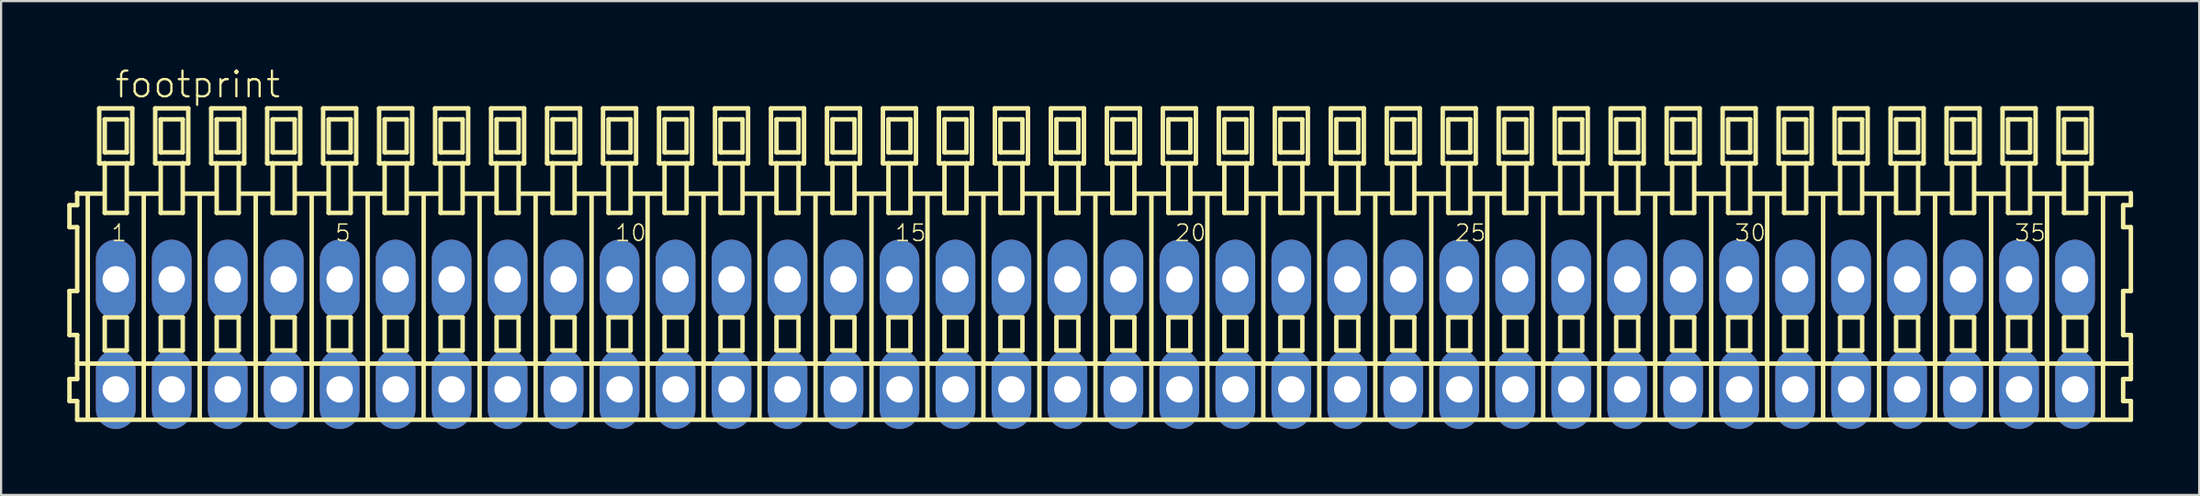
<source format=kicad_pcb>
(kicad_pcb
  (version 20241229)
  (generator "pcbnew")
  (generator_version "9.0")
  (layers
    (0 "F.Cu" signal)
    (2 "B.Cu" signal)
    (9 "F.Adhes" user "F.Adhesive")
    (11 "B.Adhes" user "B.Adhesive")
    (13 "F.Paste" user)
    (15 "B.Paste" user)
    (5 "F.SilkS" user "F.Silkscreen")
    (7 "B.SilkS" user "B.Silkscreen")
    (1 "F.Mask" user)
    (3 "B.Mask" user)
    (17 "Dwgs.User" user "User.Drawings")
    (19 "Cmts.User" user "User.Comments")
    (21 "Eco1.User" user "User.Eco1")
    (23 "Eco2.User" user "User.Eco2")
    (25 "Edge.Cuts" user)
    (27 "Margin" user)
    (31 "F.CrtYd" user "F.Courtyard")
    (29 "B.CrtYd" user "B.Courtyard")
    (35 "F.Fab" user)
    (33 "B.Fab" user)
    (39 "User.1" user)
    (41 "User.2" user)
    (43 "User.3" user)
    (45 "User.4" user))
  (footprint "footprint"
    (layer "F.Cu")
    (at 46.652 10.873)
    (property "Reference" "footprint" (at -44.55 -9.4 0) (layer "F.SilkS") (effects (font (size 1.168 1.168) (thickness 0.102)) (justify left bottom)))
    (fp_line (start -46.55 -4.6) (end -46.55 -3.6) (stroke (width 0.203) (type solid)) (layer "F.SilkS"))
    (fp_line (start -46.55 -3.6) (end -46.2 -3.6) (stroke (width 0.203) (type solid)) (layer "F.SilkS"))
    (fp_line (start -46.55 -0.7) (end -46.55 1.3) (stroke (width 0.203) (type solid)) (layer "F.SilkS"))
    (fp_line (start -46.55 1.3) (end -46.2 1.3) (stroke (width 0.203) (type solid)) (layer "F.SilkS"))
    (fp_line (start -46.55 3.3) (end -46.55 4.3) (stroke (width 0.203) (type solid)) (layer "F.SilkS"))
    (fp_line (start -46.55 4.3) (end -46.2 4.3) (stroke (width 0.203) (type solid)) (layer "F.SilkS"))
    (fp_line (start -46.2 -5.15) (end -46.2 -5.125) (stroke (width 0.203) (type solid)) (layer "F.SilkS"))
    (fp_line (start -46.2 -5.125) (end -46.2 -4.6) (stroke (width 0.203) (type solid)) (layer "F.SilkS"))
    (fp_line (start -46.2 -5.125) (end -45.075 -5.125) (stroke (width 0.203) (type solid)) (layer "F.SilkS"))
    (fp_line (start -46.2 -4.6) (end -46.55 -4.6) (stroke (width 0.203) (type solid)) (layer "F.SilkS"))
    (fp_line (start -46.2 -3.6) (end -46.2 -0.7) (stroke (width 0.203) (type solid)) (layer "F.SilkS"))
    (fp_line (start -46.2 -0.7) (end -46.55 -0.7) (stroke (width 0.203) (type solid)) (layer "F.SilkS"))
    (fp_line (start -46.2 1.3) (end -46.2 2.6) (stroke (width 0.203) (type solid)) (layer "F.SilkS"))
    (fp_line (start -46.2 2.6) (end -46.2 3.3) (stroke (width 0.203) (type solid)) (layer "F.SilkS"))
    (fp_line (start -46.2 2.6) (end 46.983 2.6) (stroke (width 0.203) (type solid)) (layer "F.SilkS"))
    (fp_line (start -46.2 3.3) (end -46.55 3.3) (stroke (width 0.203) (type solid)) (layer "F.SilkS"))
    (fp_line (start -46.2 4.3) (end -46.2 5.15) (stroke (width 0.203) (type solid)) (layer "F.SilkS"))
    (fp_line (start -46.2 5.15) (end 46.983 5.15) (stroke (width 0.203) (type solid)) (layer "F.SilkS"))
    (fp_line (start -45.72 5.1) (end -45.72 -5.06) (stroke (width 0.203) (type solid)) (layer "F.SilkS"))
    (fp_line (start -45.2 -9) (end -45.2 -6.5) (stroke (width 0.203) (type solid)) (layer "F.SilkS"))
    (fp_line (start -45.2 -6.5) (end -44.95 -6.5) (stroke (width 0.203) (type solid)) (layer "F.SilkS"))
    (fp_line (start -44.95 -8.5) (end -44.95 -7) (stroke (width 0.203) (type solid)) (layer "F.SilkS"))
    (fp_line (start -44.95 -7) (end -43.95 -7) (stroke (width 0.203) (type solid)) (layer "F.SilkS"))
    (fp_line (start -44.95 -6.5) (end -44.95 -4.25) (stroke (width 0.203) (type solid)) (layer "F.SilkS"))
    (fp_line (start -44.95 -6.5) (end -43.95 -6.5) (stroke (width 0.203) (type solid)) (layer "F.SilkS"))
    (fp_line (start -44.95 -4.25) (end -43.95 -4.25) (stroke (width 0.203) (type solid)) (layer "F.SilkS"))
    (fp_line (start -44.95 0.5) (end -44.95 2) (stroke (width 0.203) (type solid)) (layer "F.SilkS"))
    (fp_line (start -44.95 2) (end -43.95 2) (stroke (width 0.203) (type solid)) (layer "F.SilkS"))
    (fp_line (start -43.95 -8.5) (end -44.95 -8.5) (stroke (width 0.203) (type solid)) (layer "F.SilkS"))
    (fp_line (start -43.95 -7) (end -43.95 -8.5) (stroke (width 0.203) (type solid)) (layer "F.SilkS"))
    (fp_line (start -43.95 -6.5) (end -43.7 -6.5) (stroke (width 0.203) (type solid)) (layer "F.SilkS"))
    (fp_line (start -43.95 -4.25) (end -43.95 -6.5) (stroke (width 0.203) (type solid)) (layer "F.SilkS"))
    (fp_line (start -43.95 0.5) (end -44.95 0.5) (stroke (width 0.203) (type solid)) (layer "F.SilkS"))
    (fp_line (start -43.95 2) (end -43.95 0.5) (stroke (width 0.203) (type solid)) (layer "F.SilkS"))
    (fp_line (start -43.914 -5.125) (end -42.535 -5.125) (stroke (width 0.203) (type solid)) (layer "F.SilkS"))
    (fp_line (start -43.7 -9) (end -45.2 -9) (stroke (width 0.203) (type solid)) (layer "F.SilkS"))
    (fp_line (start -43.7 -6.5) (end -43.7 -9) (stroke (width 0.203) (type solid)) (layer "F.SilkS"))
    (fp_line (start -43.18 5.1) (end -43.18 -5.06) (stroke (width 0.203) (type solid)) (layer "F.SilkS"))
    (fp_line (start -42.66 -9) (end -42.66 -6.5) (stroke (width 0.203) (type solid)) (layer "F.SilkS"))
    (fp_line (start -42.66 -6.5) (end -42.41 -6.5) (stroke (width 0.203) (type solid)) (layer "F.SilkS"))
    (fp_line (start -42.41 -8.5) (end -42.41 -7) (stroke (width 0.203) (type solid)) (layer "F.SilkS"))
    (fp_line (start -42.41 -7) (end -41.41 -7) (stroke (width 0.203) (type solid)) (layer "F.SilkS"))
    (fp_line (start -42.41 -6.5) (end -42.41 -4.25) (stroke (width 0.203) (type solid)) (layer "F.SilkS"))
    (fp_line (start -42.41 -6.5) (end -41.41 -6.5) (stroke (width 0.203) (type solid)) (layer "F.SilkS"))
    (fp_line (start -42.41 -4.25) (end -41.41 -4.25) (stroke (width 0.203) (type solid)) (layer "F.SilkS"))
    (fp_line (start -42.41 0.5) (end -42.41 2) (stroke (width 0.203) (type solid)) (layer "F.SilkS"))
    (fp_line (start -42.41 2) (end -41.41 2) (stroke (width 0.203) (type solid)) (layer "F.SilkS"))
    (fp_line (start -41.41 -8.5) (end -42.41 -8.5) (stroke (width 0.203) (type solid)) (layer "F.SilkS"))
    (fp_line (start -41.41 -7) (end -41.41 -8.5) (stroke (width 0.203) (type solid)) (layer "F.SilkS"))
    (fp_line (start -41.41 -6.5) (end -41.16 -6.5) (stroke (width 0.203) (type solid)) (layer "F.SilkS"))
    (fp_line (start -41.41 -4.25) (end -41.41 -6.5) (stroke (width 0.203) (type solid)) (layer "F.SilkS"))
    (fp_line (start -41.41 0.5) (end -42.41 0.5) (stroke (width 0.203) (type solid)) (layer "F.SilkS"))
    (fp_line (start -41.41 2) (end -41.41 0.5) (stroke (width 0.203) (type solid)) (layer "F.SilkS"))
    (fp_line (start -41.374 -5.125) (end -39.995 -5.125) (stroke (width 0.203) (type solid)) (layer "F.SilkS"))
    (fp_line (start -41.16 -9) (end -42.66 -9) (stroke (width 0.203) (type solid)) (layer "F.SilkS"))
    (fp_line (start -41.16 -6.5) (end -41.16 -9) (stroke (width 0.203) (type solid)) (layer "F.SilkS"))
    (fp_line (start -40.64 5.1) (end -40.64 -5.06) (stroke (width 0.203) (type solid)) (layer "F.SilkS"))
    (fp_line (start -40.12 -9) (end -40.12 -6.5) (stroke (width 0.203) (type solid)) (layer "F.SilkS"))
    (fp_line (start -40.12 -6.5) (end -39.87 -6.5) (stroke (width 0.203) (type solid)) (layer "F.SilkS"))
    (fp_line (start -39.87 -8.5) (end -39.87 -7) (stroke (width 0.203) (type solid)) (layer "F.SilkS"))
    (fp_line (start -39.87 -7) (end -38.87 -7) (stroke (width 0.203) (type solid)) (layer "F.SilkS"))
    (fp_line (start -39.87 -6.5) (end -39.87 -4.25) (stroke (width 0.203) (type solid)) (layer "F.SilkS"))
    (fp_line (start -39.87 -6.5) (end -38.87 -6.5) (stroke (width 0.203) (type solid)) (layer "F.SilkS"))
    (fp_line (start -39.87 -4.25) (end -38.87 -4.25) (stroke (width 0.203) (type solid)) (layer "F.SilkS"))
    (fp_line (start -39.87 0.5) (end -39.87 2) (stroke (width 0.203) (type solid)) (layer "F.SilkS"))
    (fp_line (start -39.87 2) (end -38.87 2) (stroke (width 0.203) (type solid)) (layer "F.SilkS"))
    (fp_line (start -38.87 -8.5) (end -39.87 -8.5) (stroke (width 0.203) (type solid)) (layer "F.SilkS"))
    (fp_line (start -38.87 -7) (end -38.87 -8.5) (stroke (width 0.203) (type solid)) (layer "F.SilkS"))
    (fp_line (start -38.87 -6.5) (end -38.62 -6.5) (stroke (width 0.203) (type solid)) (layer "F.SilkS"))
    (fp_line (start -38.87 -4.25) (end -38.87 -6.5) (stroke (width 0.203) (type solid)) (layer "F.SilkS"))
    (fp_line (start -38.87 0.5) (end -39.87 0.5) (stroke (width 0.203) (type solid)) (layer "F.SilkS"))
    (fp_line (start -38.87 2) (end -38.87 0.5) (stroke (width 0.203) (type solid)) (layer "F.SilkS"))
    (fp_line (start -38.834 -5.125) (end -37.455 -5.125) (stroke (width 0.203) (type solid)) (layer "F.SilkS"))
    (fp_line (start -38.62 -9) (end -40.12 -9) (stroke (width 0.203) (type solid)) (layer "F.SilkS"))
    (fp_line (start -38.62 -6.5) (end -38.62 -9) (stroke (width 0.203) (type solid)) (layer "F.SilkS"))
    (fp_line (start -38.1 5.1) (end -38.1 -5.06) (stroke (width 0.203) (type solid)) (layer "F.SilkS"))
    (fp_line (start -37.58 -9) (end -37.58 -6.5) (stroke (width 0.203) (type solid)) (layer "F.SilkS"))
    (fp_line (start -37.58 -6.5) (end -37.33 -6.5) (stroke (width 0.203) (type solid)) (layer "F.SilkS"))
    (fp_line (start -37.33 -8.5) (end -37.33 -7) (stroke (width 0.203) (type solid)) (layer "F.SilkS"))
    (fp_line (start -37.33 -7) (end -36.33 -7) (stroke (width 0.203) (type solid)) (layer "F.SilkS"))
    (fp_line (start -37.33 -6.5) (end -37.33 -4.25) (stroke (width 0.203) (type solid)) (layer "F.SilkS"))
    (fp_line (start -37.33 -6.5) (end -36.33 -6.5) (stroke (width 0.203) (type solid)) (layer "F.SilkS"))
    (fp_line (start -37.33 -4.25) (end -36.33 -4.25) (stroke (width 0.203) (type solid)) (layer "F.SilkS"))
    (fp_line (start -37.33 0.5) (end -37.33 2) (stroke (width 0.203) (type solid)) (layer "F.SilkS"))
    (fp_line (start -37.33 2) (end -36.33 2) (stroke (width 0.203) (type solid)) (layer "F.SilkS"))
    (fp_line (start -36.33 -8.5) (end -37.33 -8.5) (stroke (width 0.203) (type solid)) (layer "F.SilkS"))
    (fp_line (start -36.33 -7) (end -36.33 -8.5) (stroke (width 0.203) (type solid)) (layer "F.SilkS"))
    (fp_line (start -36.33 -6.5) (end -36.08 -6.5) (stroke (width 0.203) (type solid)) (layer "F.SilkS"))
    (fp_line (start -36.33 -4.25) (end -36.33 -6.5) (stroke (width 0.203) (type solid)) (layer "F.SilkS"))
    (fp_line (start -36.33 0.5) (end -37.33 0.5) (stroke (width 0.203) (type solid)) (layer "F.SilkS"))
    (fp_line (start -36.33 2) (end -36.33 0.5) (stroke (width 0.203) (type solid)) (layer "F.SilkS"))
    (fp_line (start -36.294 -5.125) (end -34.915 -5.125) (stroke (width 0.203) (type solid)) (layer "F.SilkS"))
    (fp_line (start -36.08 -9) (end -37.58 -9) (stroke (width 0.203) (type solid)) (layer "F.SilkS"))
    (fp_line (start -36.08 -6.5) (end -36.08 -9) (stroke (width 0.203) (type solid)) (layer "F.SilkS"))
    (fp_line (start -35.56 5.1) (end -35.56 -5.06) (stroke (width 0.203) (type solid)) (layer "F.SilkS"))
    (fp_line (start -35.04 -9) (end -35.04 -6.5) (stroke (width 0.203) (type solid)) (layer "F.SilkS"))
    (fp_line (start -35.04 -6.5) (end -34.79 -6.5) (stroke (width 0.203) (type solid)) (layer "F.SilkS"))
    (fp_line (start -34.79 -8.5) (end -34.79 -7) (stroke (width 0.203) (type solid)) (layer "F.SilkS"))
    (fp_line (start -34.79 -7) (end -33.79 -7) (stroke (width 0.203) (type solid)) (layer "F.SilkS"))
    (fp_line (start -34.79 -6.5) (end -34.79 -4.25) (stroke (width 0.203) (type solid)) (layer "F.SilkS"))
    (fp_line (start -34.79 -6.5) (end -33.79 -6.5) (stroke (width 0.203) (type solid)) (layer "F.SilkS"))
    (fp_line (start -34.79 -4.25) (end -33.79 -4.25) (stroke (width 0.203) (type solid)) (layer "F.SilkS"))
    (fp_line (start -34.79 0.5) (end -34.79 2) (stroke (width 0.203) (type solid)) (layer "F.SilkS"))
    (fp_line (start -34.79 2) (end -33.79 2) (stroke (width 0.203) (type solid)) (layer "F.SilkS"))
    (fp_line (start -33.79 -8.5) (end -34.79 -8.5) (stroke (width 0.203) (type solid)) (layer "F.SilkS"))
    (fp_line (start -33.79 -7) (end -33.79 -8.5) (stroke (width 0.203) (type solid)) (layer "F.SilkS"))
    (fp_line (start -33.79 -6.5) (end -33.54 -6.5) (stroke (width 0.203) (type solid)) (layer "F.SilkS"))
    (fp_line (start -33.79 -4.25) (end -33.79 -6.5) (stroke (width 0.203) (type solid)) (layer "F.SilkS"))
    (fp_line (start -33.79 0.5) (end -34.79 0.5) (stroke (width 0.203) (type solid)) (layer "F.SilkS"))
    (fp_line (start -33.79 2) (end -33.79 0.5) (stroke (width 0.203) (type solid)) (layer "F.SilkS"))
    (fp_line (start -33.754 -5.125) (end -32.375 -5.125) (stroke (width 0.203) (type solid)) (layer "F.SilkS"))
    (fp_line (start -33.54 -9) (end -35.04 -9) (stroke (width 0.203) (type solid)) (layer "F.SilkS"))
    (fp_line (start -33.54 -6.5) (end -33.54 -9) (stroke (width 0.203) (type solid)) (layer "F.SilkS"))
    (fp_line (start -33.02 5.1) (end -33.02 -5.06) (stroke (width 0.203) (type solid)) (layer "F.SilkS"))
    (fp_line (start -32.5 -9) (end -32.5 -6.5) (stroke (width 0.203) (type solid)) (layer "F.SilkS"))
    (fp_line (start -32.5 -6.5) (end -32.25 -6.5) (stroke (width 0.203) (type solid)) (layer "F.SilkS"))
    (fp_line (start -32.25 -8.5) (end -32.25 -7) (stroke (width 0.203) (type solid)) (layer "F.SilkS"))
    (fp_line (start -32.25 -7) (end -31.25 -7) (stroke (width 0.203) (type solid)) (layer "F.SilkS"))
    (fp_line (start -32.25 -6.5) (end -32.25 -4.25) (stroke (width 0.203) (type solid)) (layer "F.SilkS"))
    (fp_line (start -32.25 -6.5) (end -31.25 -6.5) (stroke (width 0.203) (type solid)) (layer "F.SilkS"))
    (fp_line (start -32.25 -4.25) (end -31.25 -4.25) (stroke (width 0.203) (type solid)) (layer "F.SilkS"))
    (fp_line (start -32.25 0.5) (end -32.25 2) (stroke (width 0.203) (type solid)) (layer "F.SilkS"))
    (fp_line (start -32.25 2) (end -31.25 2) (stroke (width 0.203) (type solid)) (layer "F.SilkS"))
    (fp_line (start -31.25 -8.5) (end -32.25 -8.5) (stroke (width 0.203) (type solid)) (layer "F.SilkS"))
    (fp_line (start -31.25 -7) (end -31.25 -8.5) (stroke (width 0.203) (type solid)) (layer "F.SilkS"))
    (fp_line (start -31.25 -6.5) (end -31 -6.5) (stroke (width 0.203) (type solid)) (layer "F.SilkS"))
    (fp_line (start -31.25 -4.25) (end -31.25 -6.5) (stroke (width 0.203) (type solid)) (layer "F.SilkS"))
    (fp_line (start -31.25 0.5) (end -32.25 0.5) (stroke (width 0.203) (type solid)) (layer "F.SilkS"))
    (fp_line (start -31.25 2) (end -31.25 0.5) (stroke (width 0.203) (type solid)) (layer "F.SilkS"))
    (fp_line (start -31.214 -5.125) (end -29.835 -5.125) (stroke (width 0.203) (type solid)) (layer "F.SilkS"))
    (fp_line (start -31 -9) (end -32.5 -9) (stroke (width 0.203) (type solid)) (layer "F.SilkS"))
    (fp_line (start -31 -6.5) (end -31 -9) (stroke (width 0.203) (type solid)) (layer "F.SilkS"))
    (fp_line (start -30.48 5.1) (end -30.48 -5.06) (stroke (width 0.203) (type solid)) (layer "F.SilkS"))
    (fp_line (start -29.96 -9) (end -29.96 -6.5) (stroke (width 0.203) (type solid)) (layer "F.SilkS"))
    (fp_line (start -29.96 -6.5) (end -29.71 -6.5) (stroke (width 0.203) (type solid)) (layer "F.SilkS"))
    (fp_line (start -29.71 -8.5) (end -29.71 -7) (stroke (width 0.203) (type solid)) (layer "F.SilkS"))
    (fp_line (start -29.71 -7) (end -28.71 -7) (stroke (width 0.203) (type solid)) (layer "F.SilkS"))
    (fp_line (start -29.71 -6.5) (end -29.71 -4.25) (stroke (width 0.203) (type solid)) (layer "F.SilkS"))
    (fp_line (start -29.71 -6.5) (end -28.71 -6.5) (stroke (width 0.203) (type solid)) (layer "F.SilkS"))
    (fp_line (start -29.71 -4.25) (end -28.71 -4.25) (stroke (width 0.203) (type solid)) (layer "F.SilkS"))
    (fp_line (start -29.71 0.5) (end -29.71 2) (stroke (width 0.203) (type solid)) (layer "F.SilkS"))
    (fp_line (start -29.71 2) (end -28.71 2) (stroke (width 0.203) (type solid)) (layer "F.SilkS"))
    (fp_line (start -28.71 -8.5) (end -29.71 -8.5) (stroke (width 0.203) (type solid)) (layer "F.SilkS"))
    (fp_line (start -28.71 -7) (end -28.71 -8.5) (stroke (width 0.203) (type solid)) (layer "F.SilkS"))
    (fp_line (start -28.71 -6.5) (end -28.46 -6.5) (stroke (width 0.203) (type solid)) (layer "F.SilkS"))
    (fp_line (start -28.71 -4.25) (end -28.71 -6.5) (stroke (width 0.203) (type solid)) (layer "F.SilkS"))
    (fp_line (start -28.71 0.5) (end -29.71 0.5) (stroke (width 0.203) (type solid)) (layer "F.SilkS"))
    (fp_line (start -28.71 2) (end -28.71 0.5) (stroke (width 0.203) (type solid)) (layer "F.SilkS"))
    (fp_line (start -28.674 -5.125) (end -27.295 -5.125) (stroke (width 0.203) (type solid)) (layer "F.SilkS"))
    (fp_line (start -28.46 -9) (end -29.96 -9) (stroke (width 0.203) (type solid)) (layer "F.SilkS"))
    (fp_line (start -28.46 -6.5) (end -28.46 -9) (stroke (width 0.203) (type solid)) (layer "F.SilkS"))
    (fp_line (start -27.94 5.1) (end -27.94 -5.06) (stroke (width 0.203) (type solid)) (layer "F.SilkS"))
    (fp_line (start -27.42 -9) (end -27.42 -6.5) (stroke (width 0.203) (type solid)) (layer "F.SilkS"))
    (fp_line (start -27.42 -6.5) (end -27.17 -6.5) (stroke (width 0.203) (type solid)) (layer "F.SilkS"))
    (fp_line (start -27.17 -8.5) (end -27.17 -7) (stroke (width 0.203) (type solid)) (layer "F.SilkS"))
    (fp_line (start -27.17 -7) (end -26.17 -7) (stroke (width 0.203) (type solid)) (layer "F.SilkS"))
    (fp_line (start -27.17 -6.5) (end -27.17 -4.25) (stroke (width 0.203) (type solid)) (layer "F.SilkS"))
    (fp_line (start -27.17 -6.5) (end -26.17 -6.5) (stroke (width 0.203) (type solid)) (layer "F.SilkS"))
    (fp_line (start -27.17 -4.25) (end -26.17 -4.25) (stroke (width 0.203) (type solid)) (layer "F.SilkS"))
    (fp_line (start -27.17 0.5) (end -27.17 2) (stroke (width 0.203) (type solid)) (layer "F.SilkS"))
    (fp_line (start -27.17 2) (end -26.17 2) (stroke (width 0.203) (type solid)) (layer "F.SilkS"))
    (fp_line (start -26.17 -8.5) (end -27.17 -8.5) (stroke (width 0.203) (type solid)) (layer "F.SilkS"))
    (fp_line (start -26.17 -7) (end -26.17 -8.5) (stroke (width 0.203) (type solid)) (layer "F.SilkS"))
    (fp_line (start -26.17 -6.5) (end -25.92 -6.5) (stroke (width 0.203) (type solid)) (layer "F.SilkS"))
    (fp_line (start -26.17 -4.25) (end -26.17 -6.5) (stroke (width 0.203) (type solid)) (layer "F.SilkS"))
    (fp_line (start -26.17 0.5) (end -27.17 0.5) (stroke (width 0.203) (type solid)) (layer "F.SilkS"))
    (fp_line (start -26.17 2) (end -26.17 0.5) (stroke (width 0.203) (type solid)) (layer "F.SilkS"))
    (fp_line (start -26.134 -5.125) (end -24.755 -5.125) (stroke (width 0.203) (type solid)) (layer "F.SilkS"))
    (fp_line (start -25.92 -9) (end -27.42 -9) (stroke (width 0.203) (type solid)) (layer "F.SilkS"))
    (fp_line (start -25.92 -6.5) (end -25.92 -9) (stroke (width 0.203) (type solid)) (layer "F.SilkS"))
    (fp_line (start -25.4 5.1) (end -25.4 -5.06) (stroke (width 0.203) (type solid)) (layer "F.SilkS"))
    (fp_line (start -24.88 -9) (end -24.88 -6.5) (stroke (width 0.203) (type solid)) (layer "F.SilkS"))
    (fp_line (start -24.88 -6.5) (end -24.63 -6.5) (stroke (width 0.203) (type solid)) (layer "F.SilkS"))
    (fp_line (start -24.63 -8.5) (end -24.63 -7) (stroke (width 0.203) (type solid)) (layer "F.SilkS"))
    (fp_line (start -24.63 -7) (end -23.63 -7) (stroke (width 0.203) (type solid)) (layer "F.SilkS"))
    (fp_line (start -24.63 -6.5) (end -24.63 -4.25) (stroke (width 0.203) (type solid)) (layer "F.SilkS"))
    (fp_line (start -24.63 -6.5) (end -23.63 -6.5) (stroke (width 0.203) (type solid)) (layer "F.SilkS"))
    (fp_line (start -24.63 -4.25) (end -23.63 -4.25) (stroke (width 0.203) (type solid)) (layer "F.SilkS"))
    (fp_line (start -24.63 0.5) (end -24.63 2) (stroke (width 0.203) (type solid)) (layer "F.SilkS"))
    (fp_line (start -24.63 2) (end -23.63 2) (stroke (width 0.203) (type solid)) (layer "F.SilkS"))
    (fp_line (start -23.63 -8.5) (end -24.63 -8.5) (stroke (width 0.203) (type solid)) (layer "F.SilkS"))
    (fp_line (start -23.63 -7) (end -23.63 -8.5) (stroke (width 0.203) (type solid)) (layer "F.SilkS"))
    (fp_line (start -23.63 -6.5) (end -23.38 -6.5) (stroke (width 0.203) (type solid)) (layer "F.SilkS"))
    (fp_line (start -23.63 -4.25) (end -23.63 -6.5) (stroke (width 0.203) (type solid)) (layer "F.SilkS"))
    (fp_line (start -23.63 0.5) (end -24.63 0.5) (stroke (width 0.203) (type solid)) (layer "F.SilkS"))
    (fp_line (start -23.63 2) (end -23.63 0.5) (stroke (width 0.203) (type solid)) (layer "F.SilkS"))
    (fp_line (start -23.594 -5.125) (end -22.215 -5.125) (stroke (width 0.203) (type solid)) (layer "F.SilkS"))
    (fp_line (start -23.38 -9) (end -24.88 -9) (stroke (width 0.203) (type solid)) (layer "F.SilkS"))
    (fp_line (start -23.38 -6.5) (end -23.38 -9) (stroke (width 0.203) (type solid)) (layer "F.SilkS"))
    (fp_line (start -22.86 5.1) (end -22.86 -5.06) (stroke (width 0.203) (type solid)) (layer "F.SilkS"))
    (fp_line (start -22.34 -9) (end -22.34 -6.5) (stroke (width 0.203) (type solid)) (layer "F.SilkS"))
    (fp_line (start -22.34 -6.5) (end -22.09 -6.5) (stroke (width 0.203) (type solid)) (layer "F.SilkS"))
    (fp_line (start -22.09 -8.5) (end -22.09 -7) (stroke (width 0.203) (type solid)) (layer "F.SilkS"))
    (fp_line (start -22.09 -7) (end -21.09 -7) (stroke (width 0.203) (type solid)) (layer "F.SilkS"))
    (fp_line (start -22.09 -6.5) (end -22.09 -4.25) (stroke (width 0.203) (type solid)) (layer "F.SilkS"))
    (fp_line (start -22.09 -6.5) (end -21.09 -6.5) (stroke (width 0.203) (type solid)) (layer "F.SilkS"))
    (fp_line (start -22.09 -4.25) (end -21.09 -4.25) (stroke (width 0.203) (type solid)) (layer "F.SilkS"))
    (fp_line (start -22.09 0.5) (end -22.09 2) (stroke (width 0.203) (type solid)) (layer "F.SilkS"))
    (fp_line (start -22.09 2) (end -21.09 2) (stroke (width 0.203) (type solid)) (layer "F.SilkS"))
    (fp_line (start -21.09 -8.5) (end -22.09 -8.5) (stroke (width 0.203) (type solid)) (layer "F.SilkS"))
    (fp_line (start -21.09 -7) (end -21.09 -8.5) (stroke (width 0.203) (type solid)) (layer "F.SilkS"))
    (fp_line (start -21.09 -6.5) (end -20.84 -6.5) (stroke (width 0.203) (type solid)) (layer "F.SilkS"))
    (fp_line (start -21.09 -4.25) (end -21.09 -6.5) (stroke (width 0.203) (type solid)) (layer "F.SilkS"))
    (fp_line (start -21.09 0.5) (end -22.09 0.5) (stroke (width 0.203) (type solid)) (layer "F.SilkS"))
    (fp_line (start -21.09 2) (end -21.09 0.5) (stroke (width 0.203) (type solid)) (layer "F.SilkS"))
    (fp_line (start -21.054 -5.125) (end -19.675 -5.125) (stroke (width 0.203) (type solid)) (layer "F.SilkS"))
    (fp_line (start -20.84 -9) (end -22.34 -9) (stroke (width 0.203) (type solid)) (layer "F.SilkS"))
    (fp_line (start -20.84 -6.5) (end -20.84 -9) (stroke (width 0.203) (type solid)) (layer "F.SilkS"))
    (fp_line (start -20.32 5.1) (end -20.32 -5.06) (stroke (width 0.203) (type solid)) (layer "F.SilkS"))
    (fp_line (start -19.8 -9) (end -19.8 -6.5) (stroke (width 0.203) (type solid)) (layer "F.SilkS"))
    (fp_line (start -19.8 -6.5) (end -19.55 -6.5) (stroke (width 0.203) (type solid)) (layer "F.SilkS"))
    (fp_line (start -19.55 -8.5) (end -19.55 -7) (stroke (width 0.203) (type solid)) (layer "F.SilkS"))
    (fp_line (start -19.55 -7) (end -18.55 -7) (stroke (width 0.203) (type solid)) (layer "F.SilkS"))
    (fp_line (start -19.55 -6.5) (end -19.55 -4.25) (stroke (width 0.203) (type solid)) (layer "F.SilkS"))
    (fp_line (start -19.55 -6.5) (end -18.55 -6.5) (stroke (width 0.203) (type solid)) (layer "F.SilkS"))
    (fp_line (start -19.55 -4.25) (end -18.55 -4.25) (stroke (width 0.203) (type solid)) (layer "F.SilkS"))
    (fp_line (start -19.55 0.5) (end -19.55 2) (stroke (width 0.203) (type solid)) (layer "F.SilkS"))
    (fp_line (start -19.55 2) (end -18.55 2) (stroke (width 0.203) (type solid)) (layer "F.SilkS"))
    (fp_line (start -18.55 -8.5) (end -19.55 -8.5) (stroke (width 0.203) (type solid)) (layer "F.SilkS"))
    (fp_line (start -18.55 -7) (end -18.55 -8.5) (stroke (width 0.203) (type solid)) (layer "F.SilkS"))
    (fp_line (start -18.55 -6.5) (end -18.3 -6.5) (stroke (width 0.203) (type solid)) (layer "F.SilkS"))
    (fp_line (start -18.55 -4.25) (end -18.55 -6.5) (stroke (width 0.203) (type solid)) (layer "F.SilkS"))
    (fp_line (start -18.55 0.5) (end -19.55 0.5) (stroke (width 0.203) (type solid)) (layer "F.SilkS"))
    (fp_line (start -18.55 2) (end -18.55 0.5) (stroke (width 0.203) (type solid)) (layer "F.SilkS"))
    (fp_line (start -18.514 -5.125) (end -17.135 -5.125) (stroke (width 0.203) (type solid)) (layer "F.SilkS"))
    (fp_line (start -18.3 -9) (end -19.8 -9) (stroke (width 0.203) (type solid)) (layer "F.SilkS"))
    (fp_line (start -18.3 -6.5) (end -18.3 -9) (stroke (width 0.203) (type solid)) (layer "F.SilkS"))
    (fp_line (start -17.78 5.1) (end -17.78 -5.06) (stroke (width 0.203) (type solid)) (layer "F.SilkS"))
    (fp_line (start -17.26 -9) (end -17.26 -6.5) (stroke (width 0.203) (type solid)) (layer "F.SilkS"))
    (fp_line (start -17.26 -6.5) (end -17.01 -6.5) (stroke (width 0.203) (type solid)) (layer "F.SilkS"))
    (fp_line (start -17.01 -8.5) (end -17.01 -7) (stroke (width 0.203) (type solid)) (layer "F.SilkS"))
    (fp_line (start -17.01 -7) (end -16.01 -7) (stroke (width 0.203) (type solid)) (layer "F.SilkS"))
    (fp_line (start -17.01 -6.5) (end -17.01 -4.25) (stroke (width 0.203) (type solid)) (layer "F.SilkS"))
    (fp_line (start -17.01 -6.5) (end -16.01 -6.5) (stroke (width 0.203) (type solid)) (layer "F.SilkS"))
    (fp_line (start -17.01 -4.25) (end -16.01 -4.25) (stroke (width 0.203) (type solid)) (layer "F.SilkS"))
    (fp_line (start -17.01 0.5) (end -17.01 2) (stroke (width 0.203) (type solid)) (layer "F.SilkS"))
    (fp_line (start -17.01 2) (end -16.01 2) (stroke (width 0.203) (type solid)) (layer "F.SilkS"))
    (fp_line (start -16.01 -8.5) (end -17.01 -8.5) (stroke (width 0.203) (type solid)) (layer "F.SilkS"))
    (fp_line (start -16.01 -7) (end -16.01 -8.5) (stroke (width 0.203) (type solid)) (layer "F.SilkS"))
    (fp_line (start -16.01 -6.5) (end -15.76 -6.5) (stroke (width 0.203) (type solid)) (layer "F.SilkS"))
    (fp_line (start -16.01 -4.25) (end -16.01 -6.5) (stroke (width 0.203) (type solid)) (layer "F.SilkS"))
    (fp_line (start -16.01 0.5) (end -17.01 0.5) (stroke (width 0.203) (type solid)) (layer "F.SilkS"))
    (fp_line (start -16.01 2) (end -16.01 0.5) (stroke (width 0.203) (type solid)) (layer "F.SilkS"))
    (fp_line (start -15.974 -5.125) (end -14.595 -5.125) (stroke (width 0.203) (type solid)) (layer "F.SilkS"))
    (fp_line (start -15.76 -9) (end -17.26 -9) (stroke (width 0.203) (type solid)) (layer "F.SilkS"))
    (fp_line (start -15.76 -6.5) (end -15.76 -9) (stroke (width 0.203) (type solid)) (layer "F.SilkS"))
    (fp_line (start -15.24 5.1) (end -15.24 -5.06) (stroke (width 0.203) (type solid)) (layer "F.SilkS"))
    (fp_line (start -14.72 -9) (end -14.72 -6.5) (stroke (width 0.203) (type solid)) (layer "F.SilkS"))
    (fp_line (start -14.72 -6.5) (end -14.47 -6.5) (stroke (width 0.203) (type solid)) (layer "F.SilkS"))
    (fp_line (start -14.47 -8.5) (end -14.47 -7) (stroke (width 0.203) (type solid)) (layer "F.SilkS"))
    (fp_line (start -14.47 -7) (end -13.47 -7) (stroke (width 0.203) (type solid)) (layer "F.SilkS"))
    (fp_line (start -14.47 -6.5) (end -14.47 -4.25) (stroke (width 0.203) (type solid)) (layer "F.SilkS"))
    (fp_line (start -14.47 -6.5) (end -13.47 -6.5) (stroke (width 0.203) (type solid)) (layer "F.SilkS"))
    (fp_line (start -14.47 -4.25) (end -13.47 -4.25) (stroke (width 0.203) (type solid)) (layer "F.SilkS"))
    (fp_line (start -14.47 0.5) (end -14.47 2) (stroke (width 0.203) (type solid)) (layer "F.SilkS"))
    (fp_line (start -14.47 2) (end -13.47 2) (stroke (width 0.203) (type solid)) (layer "F.SilkS"))
    (fp_line (start -13.47 -8.5) (end -14.47 -8.5) (stroke (width 0.203) (type solid)) (layer "F.SilkS"))
    (fp_line (start -13.47 -7) (end -13.47 -8.5) (stroke (width 0.203) (type solid)) (layer "F.SilkS"))
    (fp_line (start -13.47 -6.5) (end -13.22 -6.5) (stroke (width 0.203) (type solid)) (layer "F.SilkS"))
    (fp_line (start -13.47 -4.25) (end -13.47 -6.5) (stroke (width 0.203) (type solid)) (layer "F.SilkS"))
    (fp_line (start -13.47 0.5) (end -14.47 0.5) (stroke (width 0.203) (type solid)) (layer "F.SilkS"))
    (fp_line (start -13.47 2) (end -13.47 0.5) (stroke (width 0.203) (type solid)) (layer "F.SilkS"))
    (fp_line (start -13.434 -5.125) (end -12.055 -5.125) (stroke (width 0.203) (type solid)) (layer "F.SilkS"))
    (fp_line (start -13.22 -9) (end -14.72 -9) (stroke (width 0.203) (type solid)) (layer "F.SilkS"))
    (fp_line (start -13.22 -6.5) (end -13.22 -9) (stroke (width 0.203) (type solid)) (layer "F.SilkS"))
    (fp_line (start -12.7 5.1) (end -12.7 -5.06) (stroke (width 0.203) (type solid)) (layer "F.SilkS"))
    (fp_line (start -12.18 -9) (end -12.18 -6.5) (stroke (width 0.203) (type solid)) (layer "F.SilkS"))
    (fp_line (start -12.18 -6.5) (end -11.93 -6.5) (stroke (width 0.203) (type solid)) (layer "F.SilkS"))
    (fp_line (start -11.93 -8.5) (end -11.93 -7) (stroke (width 0.203) (type solid)) (layer "F.SilkS"))
    (fp_line (start -11.93 -7) (end -10.93 -7) (stroke (width 0.203) (type solid)) (layer "F.SilkS"))
    (fp_line (start -11.93 -6.5) (end -11.93 -4.25) (stroke (width 0.203) (type solid)) (layer "F.SilkS"))
    (fp_line (start -11.93 -6.5) (end -10.93 -6.5) (stroke (width 0.203) (type solid)) (layer "F.SilkS"))
    (fp_line (start -11.93 -4.25) (end -10.93 -4.25) (stroke (width 0.203) (type solid)) (layer "F.SilkS"))
    (fp_line (start -11.93 0.5) (end -11.93 2) (stroke (width 0.203) (type solid)) (layer "F.SilkS"))
    (fp_line (start -11.93 2) (end -10.93 2) (stroke (width 0.203) (type solid)) (layer "F.SilkS"))
    (fp_line (start -10.93 -8.5) (end -11.93 -8.5) (stroke (width 0.203) (type solid)) (layer "F.SilkS"))
    (fp_line (start -10.93 -7) (end -10.93 -8.5) (stroke (width 0.203) (type solid)) (layer "F.SilkS"))
    (fp_line (start -10.93 -6.5) (end -10.68 -6.5) (stroke (width 0.203) (type solid)) (layer "F.SilkS"))
    (fp_line (start -10.93 -4.25) (end -10.93 -6.5) (stroke (width 0.203) (type solid)) (layer "F.SilkS"))
    (fp_line (start -10.93 0.5) (end -11.93 0.5) (stroke (width 0.203) (type solid)) (layer "F.SilkS"))
    (fp_line (start -10.93 2) (end -10.93 0.5) (stroke (width 0.203) (type solid)) (layer "F.SilkS"))
    (fp_line (start -10.894 -5.125) (end -9.515 -5.125) (stroke (width 0.203) (type solid)) (layer "F.SilkS"))
    (fp_line (start -10.68 -9) (end -12.18 -9) (stroke (width 0.203) (type solid)) (layer "F.SilkS"))
    (fp_line (start -10.68 -6.5) (end -10.68 -9) (stroke (width 0.203) (type solid)) (layer "F.SilkS"))
    (fp_line (start -10.16 5.1) (end -10.16 -5.06) (stroke (width 0.203) (type solid)) (layer "F.SilkS"))
    (fp_line (start -9.64 -9) (end -9.64 -6.5) (stroke (width 0.203) (type solid)) (layer "F.SilkS"))
    (fp_line (start -9.64 -6.5) (end -9.39 -6.5) (stroke (width 0.203) (type solid)) (layer "F.SilkS"))
    (fp_line (start -9.39 -8.5) (end -9.39 -7) (stroke (width 0.203) (type solid)) (layer "F.SilkS"))
    (fp_line (start -9.39 -7) (end -8.39 -7) (stroke (width 0.203) (type solid)) (layer "F.SilkS"))
    (fp_line (start -9.39 -6.5) (end -9.39 -4.25) (stroke (width 0.203) (type solid)) (layer "F.SilkS"))
    (fp_line (start -9.39 -6.5) (end -8.39 -6.5) (stroke (width 0.203) (type solid)) (layer "F.SilkS"))
    (fp_line (start -9.39 -4.25) (end -8.39 -4.25) (stroke (width 0.203) (type solid)) (layer "F.SilkS"))
    (fp_line (start -9.39 0.5) (end -9.39 2) (stroke (width 0.203) (type solid)) (layer "F.SilkS"))
    (fp_line (start -9.39 2) (end -8.39 2) (stroke (width 0.203) (type solid)) (layer "F.SilkS"))
    (fp_line (start -8.39 -8.5) (end -9.39 -8.5) (stroke (width 0.203) (type solid)) (layer "F.SilkS"))
    (fp_line (start -8.39 -7) (end -8.39 -8.5) (stroke (width 0.203) (type solid)) (layer "F.SilkS"))
    (fp_line (start -8.39 -6.5) (end -8.14 -6.5) (stroke (width 0.203) (type solid)) (layer "F.SilkS"))
    (fp_line (start -8.39 -4.25) (end -8.39 -6.5) (stroke (width 0.203) (type solid)) (layer "F.SilkS"))
    (fp_line (start -8.39 0.5) (end -9.39 0.5) (stroke (width 0.203) (type solid)) (layer "F.SilkS"))
    (fp_line (start -8.39 2) (end -8.39 0.5) (stroke (width 0.203) (type solid)) (layer "F.SilkS"))
    (fp_line (start -8.354 -5.125) (end -6.975 -5.125) (stroke (width 0.203) (type solid)) (layer "F.SilkS"))
    (fp_line (start -8.14 -9) (end -9.64 -9) (stroke (width 0.203) (type solid)) (layer "F.SilkS"))
    (fp_line (start -8.14 -6.5) (end -8.14 -9) (stroke (width 0.203) (type solid)) (layer "F.SilkS"))
    (fp_line (start -7.62 5.1) (end -7.62 -5.06) (stroke (width 0.203) (type solid)) (layer "F.SilkS"))
    (fp_line (start -7.1 -9) (end -7.1 -6.5) (stroke (width 0.203) (type solid)) (layer "F.SilkS"))
    (fp_line (start -7.1 -6.5) (end -6.85 -6.5) (stroke (width 0.203) (type solid)) (layer "F.SilkS"))
    (fp_line (start -6.85 -8.5) (end -6.85 -7) (stroke (width 0.203) (type solid)) (layer "F.SilkS"))
    (fp_line (start -6.85 -7) (end -5.85 -7) (stroke (width 0.203) (type solid)) (layer "F.SilkS"))
    (fp_line (start -6.85 -6.5) (end -6.85 -4.25) (stroke (width 0.203) (type solid)) (layer "F.SilkS"))
    (fp_line (start -6.85 -6.5) (end -5.85 -6.5) (stroke (width 0.203) (type solid)) (layer "F.SilkS"))
    (fp_line (start -6.85 -4.25) (end -5.85 -4.25) (stroke (width 0.203) (type solid)) (layer "F.SilkS"))
    (fp_line (start -6.85 0.5) (end -6.85 2) (stroke (width 0.203) (type solid)) (layer "F.SilkS"))
    (fp_line (start -6.85 2) (end -5.85 2) (stroke (width 0.203) (type solid)) (layer "F.SilkS"))
    (fp_line (start -5.85 -8.5) (end -6.85 -8.5) (stroke (width 0.203) (type solid)) (layer "F.SilkS"))
    (fp_line (start -5.85 -7) (end -5.85 -8.5) (stroke (width 0.203) (type solid)) (layer "F.SilkS"))
    (fp_line (start -5.85 -6.5) (end -5.6 -6.5) (stroke (width 0.203) (type solid)) (layer "F.SilkS"))
    (fp_line (start -5.85 -4.25) (end -5.85 -6.5) (stroke (width 0.203) (type solid)) (layer "F.SilkS"))
    (fp_line (start -5.85 0.5) (end -6.85 0.5) (stroke (width 0.203) (type solid)) (layer "F.SilkS"))
    (fp_line (start -5.85 2) (end -5.85 0.5) (stroke (width 0.203) (type solid)) (layer "F.SilkS"))
    (fp_line (start -5.814 -5.125) (end -4.435 -5.125) (stroke (width 0.203) (type solid)) (layer "F.SilkS"))
    (fp_line (start -5.6 -9) (end -7.1 -9) (stroke (width 0.203) (type solid)) (layer "F.SilkS"))
    (fp_line (start -5.6 -6.5) (end -5.6 -9) (stroke (width 0.203) (type solid)) (layer "F.SilkS"))
    (fp_line (start -5.08 5.1) (end -5.08 -5.06) (stroke (width 0.203) (type solid)) (layer "F.SilkS"))
    (fp_line (start -4.56 -9) (end -4.56 -6.5) (stroke (width 0.203) (type solid)) (layer "F.SilkS"))
    (fp_line (start -4.56 -6.5) (end -4.31 -6.5) (stroke (width 0.203) (type solid)) (layer "F.SilkS"))
    (fp_line (start -4.31 -8.5) (end -4.31 -7) (stroke (width 0.203) (type solid)) (layer "F.SilkS"))
    (fp_line (start -4.31 -7) (end -3.31 -7) (stroke (width 0.203) (type solid)) (layer "F.SilkS"))
    (fp_line (start -4.31 -6.5) (end -4.31 -4.25) (stroke (width 0.203) (type solid)) (layer "F.SilkS"))
    (fp_line (start -4.31 -6.5) (end -3.31 -6.5) (stroke (width 0.203) (type solid)) (layer "F.SilkS"))
    (fp_line (start -4.31 -4.25) (end -3.31 -4.25) (stroke (width 0.203) (type solid)) (layer "F.SilkS"))
    (fp_line (start -4.31 0.5) (end -4.31 2) (stroke (width 0.203) (type solid)) (layer "F.SilkS"))
    (fp_line (start -4.31 2) (end -3.31 2) (stroke (width 0.203) (type solid)) (layer "F.SilkS"))
    (fp_line (start -3.31 -8.5) (end -4.31 -8.5) (stroke (width 0.203) (type solid)) (layer "F.SilkS"))
    (fp_line (start -3.31 -7) (end -3.31 -8.5) (stroke (width 0.203) (type solid)) (layer "F.SilkS"))
    (fp_line (start -3.31 -6.5) (end -3.06 -6.5) (stroke (width 0.203) (type solid)) (layer "F.SilkS"))
    (fp_line (start -3.31 -4.25) (end -3.31 -6.5) (stroke (width 0.203) (type solid)) (layer "F.SilkS"))
    (fp_line (start -3.31 0.5) (end -4.31 0.5) (stroke (width 0.203) (type solid)) (layer "F.SilkS"))
    (fp_line (start -3.31 2) (end -3.31 0.5) (stroke (width 0.203) (type solid)) (layer "F.SilkS"))
    (fp_line (start -3.274 -5.125) (end -1.895 -5.125) (stroke (width 0.203) (type solid)) (layer "F.SilkS"))
    (fp_line (start -3.06 -9) (end -4.56 -9) (stroke (width 0.203) (type solid)) (layer "F.SilkS"))
    (fp_line (start -3.06 -6.5) (end -3.06 -9) (stroke (width 0.203) (type solid)) (layer "F.SilkS"))
    (fp_line (start -2.54 5.1) (end -2.54 -5.06) (stroke (width 0.203) (type solid)) (layer "F.SilkS"))
    (fp_line (start -2.02 -9) (end -2.02 -6.5) (stroke (width 0.203) (type solid)) (layer "F.SilkS"))
    (fp_line (start -2.02 -6.5) (end -1.77 -6.5) (stroke (width 0.203) (type solid)) (layer "F.SilkS"))
    (fp_line (start -1.77 -8.5) (end -1.77 -7) (stroke (width 0.203) (type solid)) (layer "F.SilkS"))
    (fp_line (start -1.77 -7) (end -0.77 -7) (stroke (width 0.203) (type solid)) (layer "F.SilkS"))
    (fp_line (start -1.77 -6.5) (end -1.77 -4.25) (stroke (width 0.203) (type solid)) (layer "F.SilkS"))
    (fp_line (start -1.77 -6.5) (end -0.77 -6.5) (stroke (width 0.203) (type solid)) (layer "F.SilkS"))
    (fp_line (start -1.77 -4.25) (end -0.77 -4.25) (stroke (width 0.203) (type solid)) (layer "F.SilkS"))
    (fp_line (start -1.77 0.5) (end -1.77 2) (stroke (width 0.203) (type solid)) (layer "F.SilkS"))
    (fp_line (start -1.77 2) (end -0.77 2) (stroke (width 0.203) (type solid)) (layer "F.SilkS"))
    (fp_line (start -0.77 -8.5) (end -1.77 -8.5) (stroke (width 0.203) (type solid)) (layer "F.SilkS"))
    (fp_line (start -0.77 -7) (end -0.77 -8.5) (stroke (width 0.203) (type solid)) (layer "F.SilkS"))
    (fp_line (start -0.77 -6.5) (end -0.52 -6.5) (stroke (width 0.203) (type solid)) (layer "F.SilkS"))
    (fp_line (start -0.77 -4.25) (end -0.77 -6.5) (stroke (width 0.203) (type solid)) (layer "F.SilkS"))
    (fp_line (start -0.77 0.5) (end -1.77 0.5) (stroke (width 0.203) (type solid)) (layer "F.SilkS"))
    (fp_line (start -0.77 2) (end -0.77 0.5) (stroke (width 0.203) (type solid)) (layer "F.SilkS"))
    (fp_line (start -0.734 -5.125) (end 0.645 -5.125) (stroke (width 0.203) (type solid)) (layer "F.SilkS"))
    (fp_line (start -0.52 -9) (end -2.02 -9) (stroke (width 0.203) (type solid)) (layer "F.SilkS"))
    (fp_line (start -0.52 -6.5) (end -0.52 -9) (stroke (width 0.203) (type solid)) (layer "F.SilkS"))
    (fp_line (start 0 5.1) (end 0 -5.06) (stroke (width 0.203) (type solid)) (layer "F.SilkS"))
    (fp_line (start 0.52 -9) (end 0.52 -6.5) (stroke (width 0.203) (type solid)) (layer "F.SilkS"))
    (fp_line (start 0.52 -6.5) (end 0.77 -6.5) (stroke (width 0.203) (type solid)) (layer "F.SilkS"))
    (fp_line (start 0.77 -8.5) (end 0.77 -7) (stroke (width 0.203) (type solid)) (layer "F.SilkS"))
    (fp_line (start 0.77 -7) (end 1.77 -7) (stroke (width 0.203) (type solid)) (layer "F.SilkS"))
    (fp_line (start 0.77 -6.5) (end 0.77 -4.25) (stroke (width 0.203) (type solid)) (layer "F.SilkS"))
    (fp_line (start 0.77 -6.5) (end 1.77 -6.5) (stroke (width 0.203) (type solid)) (layer "F.SilkS"))
    (fp_line (start 0.77 -4.25) (end 1.77 -4.25) (stroke (width 0.203) (type solid)) (layer "F.SilkS"))
    (fp_line (start 0.77 0.5) (end 0.77 2) (stroke (width 0.203) (type solid)) (layer "F.SilkS"))
    (fp_line (start 0.77 2) (end 1.77 2) (stroke (width 0.203) (type solid)) (layer "F.SilkS"))
    (fp_line (start 1.77 -8.5) (end 0.77 -8.5) (stroke (width 0.203) (type solid)) (layer "F.SilkS"))
    (fp_line (start 1.77 -7) (end 1.77 -8.5) (stroke (width 0.203) (type solid)) (layer "F.SilkS"))
    (fp_line (start 1.77 -6.5) (end 2.02 -6.5) (stroke (width 0.203) (type solid)) (layer "F.SilkS"))
    (fp_line (start 1.77 -4.25) (end 1.77 -6.5) (stroke (width 0.203) (type solid)) (layer "F.SilkS"))
    (fp_line (start 1.77 0.5) (end 0.77 0.5) (stroke (width 0.203) (type solid)) (layer "F.SilkS"))
    (fp_line (start 1.77 2) (end 1.77 0.5) (stroke (width 0.203) (type solid)) (layer "F.SilkS"))
    (fp_line (start 1.806 -5.125) (end 3.185 -5.125) (stroke (width 0.203) (type solid)) (layer "F.SilkS"))
    (fp_line (start 2.02 -9) (end 0.52 -9) (stroke (width 0.203) (type solid)) (layer "F.SilkS"))
    (fp_line (start 2.02 -6.5) (end 2.02 -9) (stroke (width 0.203) (type solid)) (layer "F.SilkS"))
    (fp_line (start 2.54 5.1) (end 2.54 -5.06) (stroke (width 0.203) (type solid)) (layer "F.SilkS"))
    (fp_line (start 3.06 -9) (end 3.06 -6.5) (stroke (width 0.203) (type solid)) (layer "F.SilkS"))
    (fp_line (start 3.06 -6.5) (end 3.31 -6.5) (stroke (width 0.203) (type solid)) (layer "F.SilkS"))
    (fp_line (start 3.31 -8.5) (end 3.31 -7) (stroke (width 0.203) (type solid)) (layer "F.SilkS"))
    (fp_line (start 3.31 -7) (end 4.31 -7) (stroke (width 0.203) (type solid)) (layer "F.SilkS"))
    (fp_line (start 3.31 -6.5) (end 3.31 -4.25) (stroke (width 0.203) (type solid)) (layer "F.SilkS"))
    (fp_line (start 3.31 -6.5) (end 4.31 -6.5) (stroke (width 0.203) (type solid)) (layer "F.SilkS"))
    (fp_line (start 3.31 -4.25) (end 4.31 -4.25) (stroke (width 0.203) (type solid)) (layer "F.SilkS"))
    (fp_line (start 3.31 0.5) (end 3.31 2) (stroke (width 0.203) (type solid)) (layer "F.SilkS"))
    (fp_line (start 3.31 2) (end 4.31 2) (stroke (width 0.203) (type solid)) (layer "F.SilkS"))
    (fp_line (start 4.31 -8.5) (end 3.31 -8.5) (stroke (width 0.203) (type solid)) (layer "F.SilkS"))
    (fp_line (start 4.31 -7) (end 4.31 -8.5) (stroke (width 0.203) (type solid)) (layer "F.SilkS"))
    (fp_line (start 4.31 -6.5) (end 4.56 -6.5) (stroke (width 0.203) (type solid)) (layer "F.SilkS"))
    (fp_line (start 4.31 -4.25) (end 4.31 -6.5) (stroke (width 0.203) (type solid)) (layer "F.SilkS"))
    (fp_line (start 4.31 0.5) (end 3.31 0.5) (stroke (width 0.203) (type solid)) (layer "F.SilkS"))
    (fp_line (start 4.31 2) (end 4.31 0.5) (stroke (width 0.203) (type solid)) (layer "F.SilkS"))
    (fp_line (start 4.346 -5.125) (end 5.725 -5.125) (stroke (width 0.203) (type solid)) (layer "F.SilkS"))
    (fp_line (start 4.56 -9) (end 3.06 -9) (stroke (width 0.203) (type solid)) (layer "F.SilkS"))
    (fp_line (start 4.56 -6.5) (end 4.56 -9) (stroke (width 0.203) (type solid)) (layer "F.SilkS"))
    (fp_line (start 5.08 5.1) (end 5.08 -5.06) (stroke (width 0.203) (type solid)) (layer "F.SilkS"))
    (fp_line (start 5.6 -9) (end 5.6 -6.5) (stroke (width 0.203) (type solid)) (layer "F.SilkS"))
    (fp_line (start 5.6 -6.5) (end 5.85 -6.5) (stroke (width 0.203) (type solid)) (layer "F.SilkS"))
    (fp_line (start 5.85 -8.5) (end 5.85 -7) (stroke (width 0.203) (type solid)) (layer "F.SilkS"))
    (fp_line (start 5.85 -7) (end 6.85 -7) (stroke (width 0.203) (type solid)) (layer "F.SilkS"))
    (fp_line (start 5.85 -6.5) (end 5.85 -4.25) (stroke (width 0.203) (type solid)) (layer "F.SilkS"))
    (fp_line (start 5.85 -6.5) (end 6.85 -6.5) (stroke (width 0.203) (type solid)) (layer "F.SilkS"))
    (fp_line (start 5.85 -4.25) (end 6.85 -4.25) (stroke (width 0.203) (type solid)) (layer "F.SilkS"))
    (fp_line (start 5.85 0.5) (end 5.85 2) (stroke (width 0.203) (type solid)) (layer "F.SilkS"))
    (fp_line (start 5.85 2) (end 6.85 2) (stroke (width 0.203) (type solid)) (layer "F.SilkS"))
    (fp_line (start 6.85 -8.5) (end 5.85 -8.5) (stroke (width 0.203) (type solid)) (layer "F.SilkS"))
    (fp_line (start 6.85 -7) (end 6.85 -8.5) (stroke (width 0.203) (type solid)) (layer "F.SilkS"))
    (fp_line (start 6.85 -6.5) (end 7.1 -6.5) (stroke (width 0.203) (type solid)) (layer "F.SilkS"))
    (fp_line (start 6.85 -4.25) (end 6.85 -6.5) (stroke (width 0.203) (type solid)) (layer "F.SilkS"))
    (fp_line (start 6.85 0.5) (end 5.85 0.5) (stroke (width 0.203) (type solid)) (layer "F.SilkS"))
    (fp_line (start 6.85 2) (end 6.85 0.5) (stroke (width 0.203) (type solid)) (layer "F.SilkS"))
    (fp_line (start 6.886 -5.125) (end 8.265 -5.125) (stroke (width 0.203) (type solid)) (layer "F.SilkS"))
    (fp_line (start 7.1 -9) (end 5.6 -9) (stroke (width 0.203) (type solid)) (layer "F.SilkS"))
    (fp_line (start 7.1 -6.5) (end 7.1 -9) (stroke (width 0.203) (type solid)) (layer "F.SilkS"))
    (fp_line (start 7.62 5.1) (end 7.62 -5.06) (stroke (width 0.203) (type solid)) (layer "F.SilkS"))
    (fp_line (start 8.14 -9) (end 8.14 -6.5) (stroke (width 0.203) (type solid)) (layer "F.SilkS"))
    (fp_line (start 8.14 -6.5) (end 8.39 -6.5) (stroke (width 0.203) (type solid)) (layer "F.SilkS"))
    (fp_line (start 8.39 -8.5) (end 8.39 -7) (stroke (width 0.203) (type solid)) (layer "F.SilkS"))
    (fp_line (start 8.39 -7) (end 9.39 -7) (stroke (width 0.203) (type solid)) (layer "F.SilkS"))
    (fp_line (start 8.39 -6.5) (end 8.39 -4.25) (stroke (width 0.203) (type solid)) (layer "F.SilkS"))
    (fp_line (start 8.39 -6.5) (end 9.39 -6.5) (stroke (width 0.203) (type solid)) (layer "F.SilkS"))
    (fp_line (start 8.39 -4.25) (end 9.39 -4.25) (stroke (width 0.203) (type solid)) (layer "F.SilkS"))
    (fp_line (start 8.39 0.5) (end 8.39 2) (stroke (width 0.203) (type solid)) (layer "F.SilkS"))
    (fp_line (start 8.39 2) (end 9.39 2) (stroke (width 0.203) (type solid)) (layer "F.SilkS"))
    (fp_line (start 9.39 -8.5) (end 8.39 -8.5) (stroke (width 0.203) (type solid)) (layer "F.SilkS"))
    (fp_line (start 9.39 -7) (end 9.39 -8.5) (stroke (width 0.203) (type solid)) (layer "F.SilkS"))
    (fp_line (start 9.39 -6.5) (end 9.64 -6.5) (stroke (width 0.203) (type solid)) (layer "F.SilkS"))
    (fp_line (start 9.39 -4.25) (end 9.39 -6.5) (stroke (width 0.203) (type solid)) (layer "F.SilkS"))
    (fp_line (start 9.39 0.5) (end 8.39 0.5) (stroke (width 0.203) (type solid)) (layer "F.SilkS"))
    (fp_line (start 9.39 2) (end 9.39 0.5) (stroke (width 0.203) (type solid)) (layer "F.SilkS"))
    (fp_line (start 9.426 -5.125) (end 10.805 -5.125) (stroke (width 0.203) (type solid)) (layer "F.SilkS"))
    (fp_line (start 9.64 -9) (end 8.14 -9) (stroke (width 0.203) (type solid)) (layer "F.SilkS"))
    (fp_line (start 9.64 -6.5) (end 9.64 -9) (stroke (width 0.203) (type solid)) (layer "F.SilkS"))
    (fp_line (start 10.16 5.1) (end 10.16 -5.06) (stroke (width 0.203) (type solid)) (layer "F.SilkS"))
    (fp_line (start 10.68 -9) (end 10.68 -6.5) (stroke (width 0.203) (type solid)) (layer "F.SilkS"))
    (fp_line (start 10.68 -6.5) (end 10.93 -6.5) (stroke (width 0.203) (type solid)) (layer "F.SilkS"))
    (fp_line (start 10.93 -8.5) (end 10.93 -7) (stroke (width 0.203) (type solid)) (layer "F.SilkS"))
    (fp_line (start 10.93 -7) (end 11.93 -7) (stroke (width 0.203) (type solid)) (layer "F.SilkS"))
    (fp_line (start 10.93 -6.5) (end 10.93 -4.25) (stroke (width 0.203) (type solid)) (layer "F.SilkS"))
    (fp_line (start 10.93 -6.5) (end 11.93 -6.5) (stroke (width 0.203) (type solid)) (layer "F.SilkS"))
    (fp_line (start 10.93 -4.25) (end 11.93 -4.25) (stroke (width 0.203) (type solid)) (layer "F.SilkS"))
    (fp_line (start 10.93 0.5) (end 10.93 2) (stroke (width 0.203) (type solid)) (layer "F.SilkS"))
    (fp_line (start 10.93 2) (end 11.93 2) (stroke (width 0.203) (type solid)) (layer "F.SilkS"))
    (fp_line (start 11.93 -8.5) (end 10.93 -8.5) (stroke (width 0.203) (type solid)) (layer "F.SilkS"))
    (fp_line (start 11.93 -7) (end 11.93 -8.5) (stroke (width 0.203) (type solid)) (layer "F.SilkS"))
    (fp_line (start 11.93 -6.5) (end 12.18 -6.5) (stroke (width 0.203) (type solid)) (layer "F.SilkS"))
    (fp_line (start 11.93 -4.25) (end 11.93 -6.5) (stroke (width 0.203) (type solid)) (layer "F.SilkS"))
    (fp_line (start 11.93 0.5) (end 10.93 0.5) (stroke (width 0.203) (type solid)) (layer "F.SilkS"))
    (fp_line (start 11.93 2) (end 11.93 0.5) (stroke (width 0.203) (type solid)) (layer "F.SilkS"))
    (fp_line (start 11.966 -5.125) (end 13.345 -5.125) (stroke (width 0.203) (type solid)) (layer "F.SilkS"))
    (fp_line (start 12.18 -9) (end 10.68 -9) (stroke (width 0.203) (type solid)) (layer "F.SilkS"))
    (fp_line (start 12.18 -6.5) (end 12.18 -9) (stroke (width 0.203) (type solid)) (layer "F.SilkS"))
    (fp_line (start 12.7 5.1) (end 12.7 -5.06) (stroke (width 0.203) (type solid)) (layer "F.SilkS"))
    (fp_line (start 13.22 -9) (end 13.22 -6.5) (stroke (width 0.203) (type solid)) (layer "F.SilkS"))
    (fp_line (start 13.22 -6.5) (end 13.47 -6.5) (stroke (width 0.203) (type solid)) (layer "F.SilkS"))
    (fp_line (start 13.47 -8.5) (end 13.47 -7) (stroke (width 0.203) (type solid)) (layer "F.SilkS"))
    (fp_line (start 13.47 -7) (end 14.47 -7) (stroke (width 0.203) (type solid)) (layer "F.SilkS"))
    (fp_line (start 13.47 -6.5) (end 13.47 -4.25) (stroke (width 0.203) (type solid)) (layer "F.SilkS"))
    (fp_line (start 13.47 -6.5) (end 14.47 -6.5) (stroke (width 0.203) (type solid)) (layer "F.SilkS"))
    (fp_line (start 13.47 -4.25) (end 14.47 -4.25) (stroke (width 0.203) (type solid)) (layer "F.SilkS"))
    (fp_line (start 13.47 0.5) (end 13.47 2) (stroke (width 0.203) (type solid)) (layer "F.SilkS"))
    (fp_line (start 13.47 2) (end 14.47 2) (stroke (width 0.203) (type solid)) (layer "F.SilkS"))
    (fp_line (start 14.47 -8.5) (end 13.47 -8.5) (stroke (width 0.203) (type solid)) (layer "F.SilkS"))
    (fp_line (start 14.47 -7) (end 14.47 -8.5) (stroke (width 0.203) (type solid)) (layer "F.SilkS"))
    (fp_line (start 14.47 -6.5) (end 14.72 -6.5) (stroke (width 0.203) (type solid)) (layer "F.SilkS"))
    (fp_line (start 14.47 -4.25) (end 14.47 -6.5) (stroke (width 0.203) (type solid)) (layer "F.SilkS"))
    (fp_line (start 14.47 0.5) (end 13.47 0.5) (stroke (width 0.203) (type solid)) (layer "F.SilkS"))
    (fp_line (start 14.47 2) (end 14.47 0.5) (stroke (width 0.203) (type solid)) (layer "F.SilkS"))
    (fp_line (start 14.506 -5.125) (end 15.885 -5.125) (stroke (width 0.203) (type solid)) (layer "F.SilkS"))
    (fp_line (start 14.72 -9) (end 13.22 -9) (stroke (width 0.203) (type solid)) (layer "F.SilkS"))
    (fp_line (start 14.72 -6.5) (end 14.72 -9) (stroke (width 0.203) (type solid)) (layer "F.SilkS"))
    (fp_line (start 15.24 5.1) (end 15.24 -5.06) (stroke (width 0.203) (type solid)) (layer "F.SilkS"))
    (fp_line (start 15.76 -9) (end 15.76 -6.5) (stroke (width 0.203) (type solid)) (layer "F.SilkS"))
    (fp_line (start 15.76 -6.5) (end 16.01 -6.5) (stroke (width 0.203) (type solid)) (layer "F.SilkS"))
    (fp_line (start 16.01 -8.5) (end 16.01 -7) (stroke (width 0.203) (type solid)) (layer "F.SilkS"))
    (fp_line (start 16.01 -7) (end 17.01 -7) (stroke (width 0.203) (type solid)) (layer "F.SilkS"))
    (fp_line (start 16.01 -6.5) (end 16.01 -4.25) (stroke (width 0.203) (type solid)) (layer "F.SilkS"))
    (fp_line (start 16.01 -6.5) (end 17.01 -6.5) (stroke (width 0.203) (type solid)) (layer "F.SilkS"))
    (fp_line (start 16.01 -4.25) (end 17.01 -4.25) (stroke (width 0.203) (type solid)) (layer "F.SilkS"))
    (fp_line (start 16.01 0.5) (end 16.01 2) (stroke (width 0.203) (type solid)) (layer "F.SilkS"))
    (fp_line (start 16.01 2) (end 17.01 2) (stroke (width 0.203) (type solid)) (layer "F.SilkS"))
    (fp_line (start 17.01 -8.5) (end 16.01 -8.5) (stroke (width 0.203) (type solid)) (layer "F.SilkS"))
    (fp_line (start 17.01 -7) (end 17.01 -8.5) (stroke (width 0.203) (type solid)) (layer "F.SilkS"))
    (fp_line (start 17.01 -6.5) (end 17.26 -6.5) (stroke (width 0.203) (type solid)) (layer "F.SilkS"))
    (fp_line (start 17.01 -4.25) (end 17.01 -6.5) (stroke (width 0.203) (type solid)) (layer "F.SilkS"))
    (fp_line (start 17.01 0.5) (end 16.01 0.5) (stroke (width 0.203) (type solid)) (layer "F.SilkS"))
    (fp_line (start 17.01 2) (end 17.01 0.5) (stroke (width 0.203) (type solid)) (layer "F.SilkS"))
    (fp_line (start 17.046 -5.125) (end 18.425 -5.125) (stroke (width 0.203) (type solid)) (layer "F.SilkS"))
    (fp_line (start 17.26 -9) (end 15.76 -9) (stroke (width 0.203) (type solid)) (layer "F.SilkS"))
    (fp_line (start 17.26 -6.5) (end 17.26 -9) (stroke (width 0.203) (type solid)) (layer "F.SilkS"))
    (fp_line (start 17.78 5.1) (end 17.78 -5.06) (stroke (width 0.203) (type solid)) (layer "F.SilkS"))
    (fp_line (start 18.3 -9) (end 18.3 -6.5) (stroke (width 0.203) (type solid)) (layer "F.SilkS"))
    (fp_line (start 18.3 -6.5) (end 18.55 -6.5) (stroke (width 0.203) (type solid)) (layer "F.SilkS"))
    (fp_line (start 18.55 -8.5) (end 18.55 -7) (stroke (width 0.203) (type solid)) (layer "F.SilkS"))
    (fp_line (start 18.55 -7) (end 19.55 -7) (stroke (width 0.203) (type solid)) (layer "F.SilkS"))
    (fp_line (start 18.55 -6.5) (end 18.55 -4.25) (stroke (width 0.203) (type solid)) (layer "F.SilkS"))
    (fp_line (start 18.55 -6.5) (end 19.55 -6.5) (stroke (width 0.203) (type solid)) (layer "F.SilkS"))
    (fp_line (start 18.55 -4.25) (end 19.55 -4.25) (stroke (width 0.203) (type solid)) (layer "F.SilkS"))
    (fp_line (start 18.55 0.5) (end 18.55 2) (stroke (width 0.203) (type solid)) (layer "F.SilkS"))
    (fp_line (start 18.55 2) (end 19.55 2) (stroke (width 0.203) (type solid)) (layer "F.SilkS"))
    (fp_line (start 19.55 -8.5) (end 18.55 -8.5) (stroke (width 0.203) (type solid)) (layer "F.SilkS"))
    (fp_line (start 19.55 -7) (end 19.55 -8.5) (stroke (width 0.203) (type solid)) (layer "F.SilkS"))
    (fp_line (start 19.55 -6.5) (end 19.8 -6.5) (stroke (width 0.203) (type solid)) (layer "F.SilkS"))
    (fp_line (start 19.55 -4.25) (end 19.55 -6.5) (stroke (width 0.203) (type solid)) (layer "F.SilkS"))
    (fp_line (start 19.55 0.5) (end 18.55 0.5) (stroke (width 0.203) (type solid)) (layer "F.SilkS"))
    (fp_line (start 19.55 2) (end 19.55 0.5) (stroke (width 0.203) (type solid)) (layer "F.SilkS"))
    (fp_line (start 19.586 -5.125) (end 20.965 -5.125) (stroke (width 0.203) (type solid)) (layer "F.SilkS"))
    (fp_line (start 19.8 -9) (end 18.3 -9) (stroke (width 0.203) (type solid)) (layer "F.SilkS"))
    (fp_line (start 19.8 -6.5) (end 19.8 -9) (stroke (width 0.203) (type solid)) (layer "F.SilkS"))
    (fp_line (start 20.32 5.1) (end 20.32 -5.06) (stroke (width 0.203) (type solid)) (layer "F.SilkS"))
    (fp_line (start 20.84 -9) (end 20.84 -6.5) (stroke (width 0.203) (type solid)) (layer "F.SilkS"))
    (fp_line (start 20.84 -6.5) (end 21.09 -6.5) (stroke (width 0.203) (type solid)) (layer "F.SilkS"))
    (fp_line (start 21.09 -8.5) (end 21.09 -7) (stroke (width 0.203) (type solid)) (layer "F.SilkS"))
    (fp_line (start 21.09 -7) (end 22.09 -7) (stroke (width 0.203) (type solid)) (layer "F.SilkS"))
    (fp_line (start 21.09 -6.5) (end 21.09 -4.25) (stroke (width 0.203) (type solid)) (layer "F.SilkS"))
    (fp_line (start 21.09 -6.5) (end 22.09 -6.5) (stroke (width 0.203) (type solid)) (layer "F.SilkS"))
    (fp_line (start 21.09 -4.25) (end 22.09 -4.25) (stroke (width 0.203) (type solid)) (layer "F.SilkS"))
    (fp_line (start 21.09 0.5) (end 21.09 2) (stroke (width 0.203) (type solid)) (layer "F.SilkS"))
    (fp_line (start 21.09 2) (end 22.09 2) (stroke (width 0.203) (type solid)) (layer "F.SilkS"))
    (fp_line (start 22.09 -8.5) (end 21.09 -8.5) (stroke (width 0.203) (type solid)) (layer "F.SilkS"))
    (fp_line (start 22.09 -7) (end 22.09 -8.5) (stroke (width 0.203) (type solid)) (layer "F.SilkS"))
    (fp_line (start 22.09 -6.5) (end 22.34 -6.5) (stroke (width 0.203) (type solid)) (layer "F.SilkS"))
    (fp_line (start 22.09 -4.25) (end 22.09 -6.5) (stroke (width 0.203) (type solid)) (layer "F.SilkS"))
    (fp_line (start 22.09 0.5) (end 21.09 0.5) (stroke (width 0.203) (type solid)) (layer "F.SilkS"))
    (fp_line (start 22.09 2) (end 22.09 0.5) (stroke (width 0.203) (type solid)) (layer "F.SilkS"))
    (fp_line (start 22.126 -5.125) (end 23.505 -5.125) (stroke (width 0.203) (type solid)) (layer "F.SilkS"))
    (fp_line (start 22.34 -9) (end 20.84 -9) (stroke (width 0.203) (type solid)) (layer "F.SilkS"))
    (fp_line (start 22.34 -6.5) (end 22.34 -9) (stroke (width 0.203) (type solid)) (layer "F.SilkS"))
    (fp_line (start 22.86 5.1) (end 22.86 -5.06) (stroke (width 0.203) (type solid)) (layer "F.SilkS"))
    (fp_line (start 23.38 -9) (end 23.38 -6.5) (stroke (width 0.203) (type solid)) (layer "F.SilkS"))
    (fp_line (start 23.38 -6.5) (end 23.63 -6.5) (stroke (width 0.203) (type solid)) (layer "F.SilkS"))
    (fp_line (start 23.63 -8.5) (end 23.63 -7) (stroke (width 0.203) (type solid)) (layer "F.SilkS"))
    (fp_line (start 23.63 -7) (end 24.63 -7) (stroke (width 0.203) (type solid)) (layer "F.SilkS"))
    (fp_line (start 23.63 -6.5) (end 23.63 -4.25) (stroke (width 0.203) (type solid)) (layer "F.SilkS"))
    (fp_line (start 23.63 -6.5) (end 24.63 -6.5) (stroke (width 0.203) (type solid)) (layer "F.SilkS"))
    (fp_line (start 23.63 -4.25) (end 24.63 -4.25) (stroke (width 0.203) (type solid)) (layer "F.SilkS"))
    (fp_line (start 23.63 0.5) (end 23.63 2) (stroke (width 0.203) (type solid)) (layer "F.SilkS"))
    (fp_line (start 23.63 2) (end 24.63 2) (stroke (width 0.203) (type solid)) (layer "F.SilkS"))
    (fp_line (start 24.63 -8.5) (end 23.63 -8.5) (stroke (width 0.203) (type solid)) (layer "F.SilkS"))
    (fp_line (start 24.63 -7) (end 24.63 -8.5) (stroke (width 0.203) (type solid)) (layer "F.SilkS"))
    (fp_line (start 24.63 -6.5) (end 24.88 -6.5) (stroke (width 0.203) (type solid)) (layer "F.SilkS"))
    (fp_line (start 24.63 -4.25) (end 24.63 -6.5) (stroke (width 0.203) (type solid)) (layer "F.SilkS"))
    (fp_line (start 24.63 0.5) (end 23.63 0.5) (stroke (width 0.203) (type solid)) (layer "F.SilkS"))
    (fp_line (start 24.63 2) (end 24.63 0.5) (stroke (width 0.203) (type solid)) (layer "F.SilkS"))
    (fp_line (start 24.666 -5.125) (end 26.045 -5.125) (stroke (width 0.203) (type solid)) (layer "F.SilkS"))
    (fp_line (start 24.88 -9) (end 23.38 -9) (stroke (width 0.203) (type solid)) (layer "F.SilkS"))
    (fp_line (start 24.88 -6.5) (end 24.88 -9) (stroke (width 0.203) (type solid)) (layer "F.SilkS"))
    (fp_line (start 25.4 5.1) (end 25.4 -5.06) (stroke (width 0.203) (type solid)) (layer "F.SilkS"))
    (fp_line (start 25.92 -9) (end 25.92 -6.5) (stroke (width 0.203) (type solid)) (layer "F.SilkS"))
    (fp_line (start 25.92 -6.5) (end 26.17 -6.5) (stroke (width 0.203) (type solid)) (layer "F.SilkS"))
    (fp_line (start 26.17 -8.5) (end 26.17 -7) (stroke (width 0.203) (type solid)) (layer "F.SilkS"))
    (fp_line (start 26.17 -7) (end 27.17 -7) (stroke (width 0.203) (type solid)) (layer "F.SilkS"))
    (fp_line (start 26.17 -6.5) (end 26.17 -4.25) (stroke (width 0.203) (type solid)) (layer "F.SilkS"))
    (fp_line (start 26.17 -6.5) (end 27.17 -6.5) (stroke (width 0.203) (type solid)) (layer "F.SilkS"))
    (fp_line (start 26.17 -4.25) (end 27.17 -4.25) (stroke (width 0.203) (type solid)) (layer "F.SilkS"))
    (fp_line (start 26.17 0.5) (end 26.17 2) (stroke (width 0.203) (type solid)) (layer "F.SilkS"))
    (fp_line (start 26.17 2) (end 27.17 2) (stroke (width 0.203) (type solid)) (layer "F.SilkS"))
    (fp_line (start 27.17 -8.5) (end 26.17 -8.5) (stroke (width 0.203) (type solid)) (layer "F.SilkS"))
    (fp_line (start 27.17 -7) (end 27.17 -8.5) (stroke (width 0.203) (type solid)) (layer "F.SilkS"))
    (fp_line (start 27.17 -6.5) (end 27.42 -6.5) (stroke (width 0.203) (type solid)) (layer "F.SilkS"))
    (fp_line (start 27.17 -4.25) (end 27.17 -6.5) (stroke (width 0.203) (type solid)) (layer "F.SilkS"))
    (fp_line (start 27.17 0.5) (end 26.17 0.5) (stroke (width 0.203) (type solid)) (layer "F.SilkS"))
    (fp_line (start 27.17 2) (end 27.17 0.5) (stroke (width 0.203) (type solid)) (layer "F.SilkS"))
    (fp_line (start 27.206 -5.125) (end 28.585 -5.125) (stroke (width 0.203) (type solid)) (layer "F.SilkS"))
    (fp_line (start 27.42 -9) (end 25.92 -9) (stroke (width 0.203) (type solid)) (layer "F.SilkS"))
    (fp_line (start 27.42 -6.5) (end 27.42 -9) (stroke (width 0.203) (type solid)) (layer "F.SilkS"))
    (fp_line (start 27.94 5.1) (end 27.94 -5.06) (stroke (width 0.203) (type solid)) (layer "F.SilkS"))
    (fp_line (start 28.46 -9) (end 28.46 -6.5) (stroke (width 0.203) (type solid)) (layer "F.SilkS"))
    (fp_line (start 28.46 -6.5) (end 28.71 -6.5) (stroke (width 0.203) (type solid)) (layer "F.SilkS"))
    (fp_line (start 28.71 -8.5) (end 28.71 -7) (stroke (width 0.203) (type solid)) (layer "F.SilkS"))
    (fp_line (start 28.71 -7) (end 29.71 -7) (stroke (width 0.203) (type solid)) (layer "F.SilkS"))
    (fp_line (start 28.71 -6.5) (end 28.71 -4.25) (stroke (width 0.203) (type solid)) (layer "F.SilkS"))
    (fp_line (start 28.71 -6.5) (end 29.71 -6.5) (stroke (width 0.203) (type solid)) (layer "F.SilkS"))
    (fp_line (start 28.71 -4.25) (end 29.71 -4.25) (stroke (width 0.203) (type solid)) (layer "F.SilkS"))
    (fp_line (start 28.71 0.5) (end 28.71 2) (stroke (width 0.203) (type solid)) (layer "F.SilkS"))
    (fp_line (start 28.71 2) (end 29.71 2) (stroke (width 0.203) (type solid)) (layer "F.SilkS"))
    (fp_line (start 29.71 -8.5) (end 28.71 -8.5) (stroke (width 0.203) (type solid)) (layer "F.SilkS"))
    (fp_line (start 29.71 -7) (end 29.71 -8.5) (stroke (width 0.203) (type solid)) (layer "F.SilkS"))
    (fp_line (start 29.71 -6.5) (end 29.96 -6.5) (stroke (width 0.203) (type solid)) (layer "F.SilkS"))
    (fp_line (start 29.71 -4.25) (end 29.71 -6.5) (stroke (width 0.203) (type solid)) (layer "F.SilkS"))
    (fp_line (start 29.71 0.5) (end 28.71 0.5) (stroke (width 0.203) (type solid)) (layer "F.SilkS"))
    (fp_line (start 29.71 2) (end 29.71 0.5) (stroke (width 0.203) (type solid)) (layer "F.SilkS"))
    (fp_line (start 29.746 -5.125) (end 31.125 -5.125) (stroke (width 0.203) (type solid)) (layer "F.SilkS"))
    (fp_line (start 29.96 -9) (end 28.46 -9) (stroke (width 0.203) (type solid)) (layer "F.SilkS"))
    (fp_line (start 29.96 -6.5) (end 29.96 -9) (stroke (width 0.203) (type solid)) (layer "F.SilkS"))
    (fp_line (start 30.48 5.1) (end 30.48 -5.06) (stroke (width 0.203) (type solid)) (layer "F.SilkS"))
    (fp_line (start 31 -9) (end 31 -6.5) (stroke (width 0.203) (type solid)) (layer "F.SilkS"))
    (fp_line (start 31 -6.5) (end 31.25 -6.5) (stroke (width 0.203) (type solid)) (layer "F.SilkS"))
    (fp_line (start 31.25 -8.5) (end 31.25 -7) (stroke (width 0.203) (type solid)) (layer "F.SilkS"))
    (fp_line (start 31.25 -7) (end 32.25 -7) (stroke (width 0.203) (type solid)) (layer "F.SilkS"))
    (fp_line (start 31.25 -6.5) (end 31.25 -4.25) (stroke (width 0.203) (type solid)) (layer "F.SilkS"))
    (fp_line (start 31.25 -6.5) (end 32.25 -6.5) (stroke (width 0.203) (type solid)) (layer "F.SilkS"))
    (fp_line (start 31.25 -4.25) (end 32.25 -4.25) (stroke (width 0.203) (type solid)) (layer "F.SilkS"))
    (fp_line (start 31.25 0.5) (end 31.25 2) (stroke (width 0.203) (type solid)) (layer "F.SilkS"))
    (fp_line (start 31.25 2) (end 32.25 2) (stroke (width 0.203) (type solid)) (layer "F.SilkS"))
    (fp_line (start 32.25 -8.5) (end 31.25 -8.5) (stroke (width 0.203) (type solid)) (layer "F.SilkS"))
    (fp_line (start 32.25 -7) (end 32.25 -8.5) (stroke (width 0.203) (type solid)) (layer "F.SilkS"))
    (fp_line (start 32.25 -6.5) (end 32.5 -6.5) (stroke (width 0.203) (type solid)) (layer "F.SilkS"))
    (fp_line (start 32.25 -4.25) (end 32.25 -6.5) (stroke (width 0.203) (type solid)) (layer "F.SilkS"))
    (fp_line (start 32.25 0.5) (end 31.25 0.5) (stroke (width 0.203) (type solid)) (layer "F.SilkS"))
    (fp_line (start 32.25 2) (end 32.25 0.5) (stroke (width 0.203) (type solid)) (layer "F.SilkS"))
    (fp_line (start 32.286 -5.125) (end 33.665 -5.125) (stroke (width 0.203) (type solid)) (layer "F.SilkS"))
    (fp_line (start 32.5 -9) (end 31 -9) (stroke (width 0.203) (type solid)) (layer "F.SilkS"))
    (fp_line (start 32.5 -6.5) (end 32.5 -9) (stroke (width 0.203) (type solid)) (layer "F.SilkS"))
    (fp_line (start 33.02 5.1) (end 33.02 -5.06) (stroke (width 0.203) (type solid)) (layer "F.SilkS"))
    (fp_line (start 33.54 -9) (end 33.54 -6.5) (stroke (width 0.203) (type solid)) (layer "F.SilkS"))
    (fp_line (start 33.54 -6.5) (end 33.79 -6.5) (stroke (width 0.203) (type solid)) (layer "F.SilkS"))
    (fp_line (start 33.79 -8.5) (end 33.79 -7) (stroke (width 0.203) (type solid)) (layer "F.SilkS"))
    (fp_line (start 33.79 -7) (end 34.79 -7) (stroke (width 0.203) (type solid)) (layer "F.SilkS"))
    (fp_line (start 33.79 -6.5) (end 33.79 -4.25) (stroke (width 0.203) (type solid)) (layer "F.SilkS"))
    (fp_line (start 33.79 -6.5) (end 34.79 -6.5) (stroke (width 0.203) (type solid)) (layer "F.SilkS"))
    (fp_line (start 33.79 -4.25) (end 34.79 -4.25) (stroke (width 0.203) (type solid)) (layer "F.SilkS"))
    (fp_line (start 33.79 0.5) (end 33.79 2) (stroke (width 0.203) (type solid)) (layer "F.SilkS"))
    (fp_line (start 33.79 2) (end 34.79 2) (stroke (width 0.203) (type solid)) (layer "F.SilkS"))
    (fp_line (start 34.79 -8.5) (end 33.79 -8.5) (stroke (width 0.203) (type solid)) (layer "F.SilkS"))
    (fp_line (start 34.79 -7) (end 34.79 -8.5) (stroke (width 0.203) (type solid)) (layer "F.SilkS"))
    (fp_line (start 34.79 -6.5) (end 35.04 -6.5) (stroke (width 0.203) (type solid)) (layer "F.SilkS"))
    (fp_line (start 34.79 -4.25) (end 34.79 -6.5) (stroke (width 0.203) (type solid)) (layer "F.SilkS"))
    (fp_line (start 34.79 0.5) (end 33.79 0.5) (stroke (width 0.203) (type solid)) (layer "F.SilkS"))
    (fp_line (start 34.79 2) (end 34.79 0.5) (stroke (width 0.203) (type solid)) (layer "F.SilkS"))
    (fp_line (start 34.826 -5.125) (end 36.205 -5.125) (stroke (width 0.203) (type solid)) (layer "F.SilkS"))
    (fp_line (start 35.04 -9) (end 33.54 -9) (stroke (width 0.203) (type solid)) (layer "F.SilkS"))
    (fp_line (start 35.04 -6.5) (end 35.04 -9) (stroke (width 0.203) (type solid)) (layer "F.SilkS"))
    (fp_line (start 35.56 5.1) (end 35.56 -5.06) (stroke (width 0.203) (type solid)) (layer "F.SilkS"))
    (fp_line (start 36.08 -9) (end 36.08 -6.5) (stroke (width 0.203) (type solid)) (layer "F.SilkS"))
    (fp_line (start 36.08 -6.5) (end 36.33 -6.5) (stroke (width 0.203) (type solid)) (layer "F.SilkS"))
    (fp_line (start 36.33 -8.5) (end 36.33 -7) (stroke (width 0.203) (type solid)) (layer "F.SilkS"))
    (fp_line (start 36.33 -7) (end 37.33 -7) (stroke (width 0.203) (type solid)) (layer "F.SilkS"))
    (fp_line (start 36.33 -6.5) (end 36.33 -4.25) (stroke (width 0.203) (type solid)) (layer "F.SilkS"))
    (fp_line (start 36.33 -6.5) (end 37.33 -6.5) (stroke (width 0.203) (type solid)) (layer "F.SilkS"))
    (fp_line (start 36.33 -4.25) (end 37.33 -4.25) (stroke (width 0.203) (type solid)) (layer "F.SilkS"))
    (fp_line (start 36.33 0.5) (end 36.33 2) (stroke (width 0.203) (type solid)) (layer "F.SilkS"))
    (fp_line (start 36.33 2) (end 37.33 2) (stroke (width 0.203) (type solid)) (layer "F.SilkS"))
    (fp_line (start 37.33 -8.5) (end 36.33 -8.5) (stroke (width 0.203) (type solid)) (layer "F.SilkS"))
    (fp_line (start 37.33 -7) (end 37.33 -8.5) (stroke (width 0.203) (type solid)) (layer "F.SilkS"))
    (fp_line (start 37.33 -6.5) (end 37.58 -6.5) (stroke (width 0.203) (type solid)) (layer "F.SilkS"))
    (fp_line (start 37.33 -4.25) (end 37.33 -6.5) (stroke (width 0.203) (type solid)) (layer "F.SilkS"))
    (fp_line (start 37.33 0.5) (end 36.33 0.5) (stroke (width 0.203) (type solid)) (layer "F.SilkS"))
    (fp_line (start 37.33 2) (end 37.33 0.5) (stroke (width 0.203) (type solid)) (layer "F.SilkS"))
    (fp_line (start 37.366 -5.125) (end 38.745 -5.125) (stroke (width 0.203) (type solid)) (layer "F.SilkS"))
    (fp_line (start 37.58 -9) (end 36.08 -9) (stroke (width 0.203) (type solid)) (layer "F.SilkS"))
    (fp_line (start 37.58 -6.5) (end 37.58 -9) (stroke (width 0.203) (type solid)) (layer "F.SilkS"))
    (fp_line (start 38.1 5.1) (end 38.1 -5.06) (stroke (width 0.203) (type solid)) (layer "F.SilkS"))
    (fp_line (start 38.62 -9) (end 38.62 -6.5) (stroke (width 0.203) (type solid)) (layer "F.SilkS"))
    (fp_line (start 38.62 -6.5) (end 38.87 -6.5) (stroke (width 0.203) (type solid)) (layer "F.SilkS"))
    (fp_line (start 38.87 -8.5) (end 38.87 -7) (stroke (width 0.203) (type solid)) (layer "F.SilkS"))
    (fp_line (start 38.87 -7) (end 39.87 -7) (stroke (width 0.203) (type solid)) (layer "F.SilkS"))
    (fp_line (start 38.87 -6.5) (end 38.87 -4.25) (stroke (width 0.203) (type solid)) (layer "F.SilkS"))
    (fp_line (start 38.87 -6.5) (end 39.87 -6.5) (stroke (width 0.203) (type solid)) (layer "F.SilkS"))
    (fp_line (start 38.87 -4.25) (end 39.87 -4.25) (stroke (width 0.203) (type solid)) (layer "F.SilkS"))
    (fp_line (start 38.87 0.5) (end 38.87 2) (stroke (width 0.203) (type solid)) (layer "F.SilkS"))
    (fp_line (start 38.87 2) (end 39.87 2) (stroke (width 0.203) (type solid)) (layer "F.SilkS"))
    (fp_line (start 39.87 -8.5) (end 38.87 -8.5) (stroke (width 0.203) (type solid)) (layer "F.SilkS"))
    (fp_line (start 39.87 -7) (end 39.87 -8.5) (stroke (width 0.203) (type solid)) (layer "F.SilkS"))
    (fp_line (start 39.87 -6.5) (end 40.12 -6.5) (stroke (width 0.203) (type solid)) (layer "F.SilkS"))
    (fp_line (start 39.87 -4.25) (end 39.87 -6.5) (stroke (width 0.203) (type solid)) (layer "F.SilkS"))
    (fp_line (start 39.87 0.5) (end 38.87 0.5) (stroke (width 0.203) (type solid)) (layer "F.SilkS"))
    (fp_line (start 39.87 2) (end 39.87 0.5) (stroke (width 0.203) (type solid)) (layer "F.SilkS"))
    (fp_line (start 39.906 -5.125) (end 41.285 -5.125) (stroke (width 0.203) (type solid)) (layer "F.SilkS"))
    (fp_line (start 40.12 -9) (end 38.62 -9) (stroke (width 0.203) (type solid)) (layer "F.SilkS"))
    (fp_line (start 40.12 -6.5) (end 40.12 -9) (stroke (width 0.203) (type solid)) (layer "F.SilkS"))
    (fp_line (start 40.64 5.1) (end 40.64 -5.06) (stroke (width 0.203) (type solid)) (layer "F.SilkS"))
    (fp_line (start 41.16 -9) (end 41.16 -6.5) (stroke (width 0.203) (type solid)) (layer "F.SilkS"))
    (fp_line (start 41.16 -6.5) (end 41.41 -6.5) (stroke (width 0.203) (type solid)) (layer "F.SilkS"))
    (fp_line (start 41.41 -8.5) (end 41.41 -7) (stroke (width 0.203) (type solid)) (layer "F.SilkS"))
    (fp_line (start 41.41 -7) (end 42.41 -7) (stroke (width 0.203) (type solid)) (layer "F.SilkS"))
    (fp_line (start 41.41 -6.5) (end 41.41 -4.25) (stroke (width 0.203) (type solid)) (layer "F.SilkS"))
    (fp_line (start 41.41 -6.5) (end 42.41 -6.5) (stroke (width 0.203) (type solid)) (layer "F.SilkS"))
    (fp_line (start 41.41 -4.25) (end 42.41 -4.25) (stroke (width 0.203) (type solid)) (layer "F.SilkS"))
    (fp_line (start 41.41 0.5) (end 41.41 2) (stroke (width 0.203) (type solid)) (layer "F.SilkS"))
    (fp_line (start 41.41 2) (end 42.41 2) (stroke (width 0.203) (type solid)) (layer "F.SilkS"))
    (fp_line (start 42.41 -8.5) (end 41.41 -8.5) (stroke (width 0.203) (type solid)) (layer "F.SilkS"))
    (fp_line (start 42.41 -7) (end 42.41 -8.5) (stroke (width 0.203) (type solid)) (layer "F.SilkS"))
    (fp_line (start 42.41 -6.5) (end 42.66 -6.5) (stroke (width 0.203) (type solid)) (layer "F.SilkS"))
    (fp_line (start 42.41 -4.25) (end 42.41 -6.5) (stroke (width 0.203) (type solid)) (layer "F.SilkS"))
    (fp_line (start 42.41 0.5) (end 41.41 0.5) (stroke (width 0.203) (type solid)) (layer "F.SilkS"))
    (fp_line (start 42.41 2) (end 42.41 0.5) (stroke (width 0.203) (type solid)) (layer "F.SilkS"))
    (fp_line (start 42.446 -5.125) (end 43.825 -5.125) (stroke (width 0.203) (type solid)) (layer "F.SilkS"))
    (fp_line (start 42.66 -9) (end 41.16 -9) (stroke (width 0.203) (type solid)) (layer "F.SilkS"))
    (fp_line (start 42.66 -6.5) (end 42.66 -9) (stroke (width 0.203) (type solid)) (layer "F.SilkS"))
    (fp_line (start 43.18 5.1) (end 43.18 -5.06) (stroke (width 0.203) (type solid)) (layer "F.SilkS"))
    (fp_line (start 43.7 -9) (end 43.7 -6.5) (stroke (width 0.203) (type solid)) (layer "F.SilkS"))
    (fp_line (start 43.7 -6.5) (end 43.95 -6.5) (stroke (width 0.203) (type solid)) (layer "F.SilkS"))
    (fp_line (start 43.95 -8.5) (end 43.95 -7) (stroke (width 0.203) (type solid)) (layer "F.SilkS"))
    (fp_line (start 43.95 -7) (end 44.95 -7) (stroke (width 0.203) (type solid)) (layer "F.SilkS"))
    (fp_line (start 43.95 -6.5) (end 43.95 -4.25) (stroke (width 0.203) (type solid)) (layer "F.SilkS"))
    (fp_line (start 43.95 -6.5) (end 44.95 -6.5) (stroke (width 0.203) (type solid)) (layer "F.SilkS"))
    (fp_line (start 43.95 -4.25) (end 44.95 -4.25) (stroke (width 0.203) (type solid)) (layer "F.SilkS"))
    (fp_line (start 43.95 0.5) (end 43.95 2) (stroke (width 0.203) (type solid)) (layer "F.SilkS"))
    (fp_line (start 43.95 2) (end 44.95 2) (stroke (width 0.203) (type solid)) (layer "F.SilkS"))
    (fp_line (start 44.95 -8.5) (end 43.95 -8.5) (stroke (width 0.203) (type solid)) (layer "F.SilkS"))
    (fp_line (start 44.95 -7) (end 44.95 -8.5) (stroke (width 0.203) (type solid)) (layer "F.SilkS"))
    (fp_line (start 44.95 -6.5) (end 45.2 -6.5) (stroke (width 0.203) (type solid)) (layer "F.SilkS"))
    (fp_line (start 44.95 -4.25) (end 44.95 -6.5) (stroke (width 0.203) (type solid)) (layer "F.SilkS"))
    (fp_line (start 44.95 0.5) (end 43.95 0.5) (stroke (width 0.203) (type solid)) (layer "F.SilkS"))
    (fp_line (start 44.95 2) (end 44.95 0.5) (stroke (width 0.203) (type solid)) (layer "F.SilkS"))
    (fp_line (start 44.986 -5.125) (end 46.873 -5.125) (stroke (width 0.203) (type solid)) (layer "F.SilkS"))
    (fp_line (start 45.2 -9) (end 43.7 -9) (stroke (width 0.203) (type solid)) (layer "F.SilkS"))
    (fp_line (start 45.2 -6.5) (end 45.2 -9) (stroke (width 0.203) (type solid)) (layer "F.SilkS"))
    (fp_line (start 45.72 5.1) (end 45.72 -5.06) (stroke (width 0.203) (type solid)) (layer "F.SilkS"))
    (fp_line (start 46.633 -4.6) (end 46.633 -3.6) (stroke (width 0.203) (type solid)) (layer "F.SilkS"))
    (fp_line (start 46.633 -3.6) (end 46.983 -3.6) (stroke (width 0.203) (type solid)) (layer "F.SilkS"))
    (fp_line (start 46.633 -0.7) (end 46.633 1.3) (stroke (width 0.203) (type solid)) (layer "F.SilkS"))
    (fp_line (start 46.633 1.3) (end 46.983 1.3) (stroke (width 0.203) (type solid)) (layer "F.SilkS"))
    (fp_line (start 46.633 3.3) (end 46.633 4.3) (stroke (width 0.203) (type solid)) (layer "F.SilkS"))
    (fp_line (start 46.633 4.3) (end 46.983 4.3) (stroke (width 0.203) (type solid)) (layer "F.SilkS"))
    (fp_line (start 46.983 -4.6) (end 46.633 -4.6) (stroke (width 0.203) (type solid)) (layer "F.SilkS"))
    (fp_line (start 46.983 -4.6) (end 46.983 -5.15) (stroke (width 0.203) (type solid)) (layer "F.SilkS"))
    (fp_line (start 46.983 -0.7) (end 46.633 -0.7) (stroke (width 0.203) (type solid)) (layer "F.SilkS"))
    (fp_line (start 46.983 -0.7) (end 46.983 -3.6) (stroke (width 0.203) (type solid)) (layer "F.SilkS"))
    (fp_line (start 46.983 2.6) (end 46.983 1.3) (stroke (width 0.203) (type solid)) (layer "F.SilkS"))
    (fp_line (start 46.983 3.3) (end 46.633 3.3) (stroke (width 0.203) (type solid)) (layer "F.SilkS"))
    (fp_line (start 46.983 3.3) (end 46.983 2.6) (stroke (width 0.203) (type solid)) (layer "F.SilkS"))
    (fp_line (start 46.983 5.15) (end 46.983 4.3) (stroke (width 0.203) (type solid)) (layer "F.SilkS"))
    (fp_text user "30" (at 28.96 -2.9 0) (layer "F.SilkS") (effects (font (size 0.748 0.748) (thickness 0.065)) (justify left bottom)))
    (fp_text user "5" (at -34.54 -2.9 0) (layer "F.SilkS") (effects (font (size 0.748 0.748) (thickness 0.065)) (justify left bottom)))
    (fp_text user "1" (at -44.7 -2.9 0) (layer "F.SilkS") (effects (font (size 0.748 0.748) (thickness 0.065)) (justify left bottom)))
    (fp_text user "20" (at 3.56 -2.9 0) (layer "F.SilkS") (effects (font (size 0.748 0.748) (thickness 0.065)) (justify left bottom)))
    (fp_text user "35" (at 41.66 -2.9 0) (layer "F.SilkS") (effects (font (size 0.748 0.748) (thickness 0.065)) (justify left bottom)))
    (fp_text user "10" (at -21.84 -2.9 0) (layer "F.SilkS") (effects (font (size 0.748 0.748) (thickness 0.065)) (justify left bottom)))
    (fp_text user "15" (at -9.14 -2.9 0) (layer "F.SilkS") (effects (font (size 0.748 0.748) (thickness 0.065)) (justify left bottom)))
    (fp_text user "25" (at 16.26 -2.9 0) (layer "F.SilkS") (effects (font (size 0.748 0.748) (thickness 0.065)) (justify left bottom)))
    (pad "A1" thru_hole oval (at -44.45 -1.23 90) (size 3.6 1.8) (drill 1.2) (layers "*.Cu" "*.Mask"))
    (pad "A2" thru_hole oval (at -41.91 -1.23 90) (size 3.6 1.8) (drill 1.2) (layers "*.Cu" "*.Mask"))
    (pad "A3" thru_hole oval (at -39.37 -1.23 90) (size 3.6 1.8) (drill 1.2) (layers "*.Cu" "*.Mask"))
    (pad "A4" thru_hole oval (at -36.83 -1.23 90) (size 3.6 1.8) (drill 1.2) (layers "*.Cu" "*.Mask"))
    (pad "A5" thru_hole oval (at -34.29 -1.23 90) (size 3.6 1.8) (drill 1.2) (layers "*.Cu" "*.Mask"))
    (pad "A6" thru_hole oval (at -31.75 -1.23 90) (size 3.6 1.8) (drill 1.2) (layers "*.Cu" "*.Mask"))
    (pad "A7" thru_hole oval (at -29.21 -1.23 90) (size 3.6 1.8) (drill 1.2) (layers "*.Cu" "*.Mask"))
    (pad "A8" thru_hole oval (at -26.67 -1.23 90) (size 3.6 1.8) (drill 1.2) (layers "*.Cu" "*.Mask"))
    (pad "A9" thru_hole oval (at -24.13 -1.23 90) (size 3.6 1.8) (drill 1.2) (layers "*.Cu" "*.Mask"))
    (pad "A10" thru_hole oval (at -21.59 -1.23 90) (size 3.6 1.8) (drill 1.2) (layers "*.Cu" "*.Mask"))
    (pad "A11" thru_hole oval (at -19.05 -1.23 90) (size 3.6 1.8) (drill 1.2) (layers "*.Cu" "*.Mask"))
    (pad "A12" thru_hole oval (at -16.51 -1.23 90) (size 3.6 1.8) (drill 1.2) (layers "*.Cu" "*.Mask"))
    (pad "A13" thru_hole oval (at -13.97 -1.23 90) (size 3.6 1.8) (drill 1.2) (layers "*.Cu" "*.Mask"))
    (pad "A14" thru_hole oval (at -11.43 -1.23 90) (size 3.6 1.8) (drill 1.2) (layers "*.Cu" "*.Mask"))
    (pad "A15" thru_hole oval (at -8.89 -1.23 90) (size 3.6 1.8) (drill 1.2) (layers "*.Cu" "*.Mask"))
    (pad "A16" thru_hole oval (at -6.35 -1.23 90) (size 3.6 1.8) (drill 1.2) (layers "*.Cu" "*.Mask"))
    (pad "A17" thru_hole oval (at -3.81 -1.23 90) (size 3.6 1.8) (drill 1.2) (layers "*.Cu" "*.Mask"))
    (pad "A18" thru_hole oval (at -1.27 -1.23 90) (size 3.6 1.8) (drill 1.2) (layers "*.Cu" "*.Mask"))
    (pad "A19" thru_hole oval (at 1.27 -1.23 90) (size 3.6 1.8) (drill 1.2) (layers "*.Cu" "*.Mask"))
    (pad "A20" thru_hole oval (at 3.81 -1.23 90) (size 3.6 1.8) (drill 1.2) (layers "*.Cu" "*.Mask"))
    (pad "A21" thru_hole oval (at 6.35 -1.23 90) (size 3.6 1.8) (drill 1.2) (layers "*.Cu" "*.Mask"))
    (pad "A22" thru_hole oval (at 8.89 -1.23 90) (size 3.6 1.8) (drill 1.2) (layers "*.Cu" "*.Mask"))
    (pad "A23" thru_hole oval (at 11.43 -1.23 90) (size 3.6 1.8) (drill 1.2) (layers "*.Cu" "*.Mask"))
    (pad "A24" thru_hole oval (at 13.97 -1.23 90) (size 3.6 1.8) (drill 1.2) (layers "*.Cu" "*.Mask"))
    (pad "A25" thru_hole oval (at 16.51 -1.23 90) (size 3.6 1.8) (drill 1.2) (layers "*.Cu" "*.Mask"))
    (pad "A26" thru_hole oval (at 19.05 -1.23 90) (size 3.6 1.8) (drill 1.2) (layers "*.Cu" "*.Mask"))
    (pad "A27" thru_hole oval (at 21.59 -1.23 90) (size 3.6 1.8) (drill 1.2) (layers "*.Cu" "*.Mask"))
    (pad "A28" thru_hole oval (at 24.13 -1.23 90) (size 3.6 1.8) (drill 1.2) (layers "*.Cu" "*.Mask"))
    (pad "A29" thru_hole oval (at 26.67 -1.23 90) (size 3.6 1.8) (drill 1.2) (layers "*.Cu" "*.Mask"))
    (pad "A30" thru_hole oval (at 29.21 -1.23 90) (size 3.6 1.8) (drill 1.2) (layers "*.Cu" "*.Mask"))
    (pad "A31" thru_hole oval (at 31.75 -1.23 90) (size 3.6 1.8) (drill 1.2) (layers "*.Cu" "*.Mask"))
    (pad "A32" thru_hole oval (at 34.29 -1.23 90) (size 3.6 1.8) (drill 1.2) (layers "*.Cu" "*.Mask"))
    (pad "A33" thru_hole oval (at 36.83 -1.23 90) (size 3.6 1.8) (drill 1.2) (layers "*.Cu" "*.Mask"))
    (pad "A34" thru_hole oval (at 39.37 -1.23 90) (size 3.6 1.8) (drill 1.2) (layers "*.Cu" "*.Mask"))
    (pad "A35" thru_hole oval (at 41.91 -1.23 90) (size 3.6 1.8) (drill 1.2) (layers "*.Cu" "*.Mask"))
    (pad "A36" thru_hole oval (at 44.45 -1.23 90) (size 3.6 1.8) (drill 1.2) (layers "*.Cu" "*.Mask"))
    (pad "B1" thru_hole oval (at -44.45 3.77 90) (size 3.6 1.8) (drill 1.2) (layers "*.Cu" "*.Mask"))
    (pad "B2" thru_hole oval (at -41.91 3.77 90) (size 3.6 1.8) (drill 1.2) (layers "*.Cu" "*.Mask"))
    (pad "B3" thru_hole oval (at -39.37 3.77 90) (size 3.6 1.8) (drill 1.2) (layers "*.Cu" "*.Mask"))
    (pad "B4" thru_hole oval (at -36.83 3.77 90) (size 3.6 1.8) (drill 1.2) (layers "*.Cu" "*.Mask"))
    (pad "B5" thru_hole oval (at -34.29 3.77 90) (size 3.6 1.8) (drill 1.2) (layers "*.Cu" "*.Mask"))
    (pad "B6" thru_hole oval (at -31.75 3.77 90) (size 3.6 1.8) (drill 1.2) (layers "*.Cu" "*.Mask"))
    (pad "B7" thru_hole oval (at -29.21 3.77 90) (size 3.6 1.8) (drill 1.2) (layers "*.Cu" "*.Mask"))
    (pad "B8" thru_hole oval (at -26.67 3.77 90) (size 3.6 1.8) (drill 1.2) (layers "*.Cu" "*.Mask"))
    (pad "B9" thru_hole oval (at -24.13 3.77 90) (size 3.6 1.8) (drill 1.2) (layers "*.Cu" "*.Mask"))
    (pad "B10" thru_hole oval (at -21.59 3.77 90) (size 3.6 1.8) (drill 1.2) (layers "*.Cu" "*.Mask"))
    (pad "B11" thru_hole oval (at -19.05 3.77 90) (size 3.6 1.8) (drill 1.2) (layers "*.Cu" "*.Mask"))
    (pad "B12" thru_hole oval (at -16.51 3.77 90) (size 3.6 1.8) (drill 1.2) (layers "*.Cu" "*.Mask"))
    (pad "B13" thru_hole oval (at -13.97 3.77 90) (size 3.6 1.8) (drill 1.2) (layers "*.Cu" "*.Mask"))
    (pad "B14" thru_hole oval (at -11.43 3.77 90) (size 3.6 1.8) (drill 1.2) (layers "*.Cu" "*.Mask"))
    (pad "B15" thru_hole oval (at -8.89 3.77 90) (size 3.6 1.8) (drill 1.2) (layers "*.Cu" "*.Mask"))
    (pad "B16" thru_hole oval (at -6.35 3.77 90) (size 3.6 1.8) (drill 1.2) (layers "*.Cu" "*.Mask"))
    (pad "B17" thru_hole oval (at -3.81 3.77 90) (size 3.6 1.8) (drill 1.2) (layers "*.Cu" "*.Mask"))
    (pad "B18" thru_hole oval (at -1.27 3.77 90) (size 3.6 1.8) (drill 1.2) (layers "*.Cu" "*.Mask"))
    (pad "B19" thru_hole oval (at 1.27 3.77 90) (size 3.6 1.8) (drill 1.2) (layers "*.Cu" "*.Mask"))
    (pad "B20" thru_hole oval (at 3.81 3.77 90) (size 3.6 1.8) (drill 1.2) (layers "*.Cu" "*.Mask"))
    (pad "B21" thru_hole oval (at 6.35 3.77 90) (size 3.6 1.8) (drill 1.2) (layers "*.Cu" "*.Mask"))
    (pad "B22" thru_hole oval (at 8.89 3.77 90) (size 3.6 1.8) (drill 1.2) (layers "*.Cu" "*.Mask"))
    (pad "B23" thru_hole oval (at 11.43 3.77 90) (size 3.6 1.8) (drill 1.2) (layers "*.Cu" "*.Mask"))
    (pad "B24" thru_hole oval (at 13.97 3.77 90) (size 3.6 1.8) (drill 1.2) (layers "*.Cu" "*.Mask"))
    (pad "B25" thru_hole oval (at 16.51 3.77 90) (size 3.6 1.8) (drill 1.2) (layers "*.Cu" "*.Mask"))
    (pad "B26" thru_hole oval (at 19.05 3.77 90) (size 3.6 1.8) (drill 1.2) (layers "*.Cu" "*.Mask"))
    (pad "B27" thru_hole oval (at 21.59 3.77 90) (size 3.6 1.8) (drill 1.2) (layers "*.Cu" "*.Mask"))
    (pad "B28" thru_hole oval (at 24.13 3.77 90) (size 3.6 1.8) (drill 1.2) (layers "*.Cu" "*.Mask"))
    (pad "B29" thru_hole oval (at 26.67 3.77 90) (size 3.6 1.8) (drill 1.2) (layers "*.Cu" "*.Mask"))
    (pad "B30" thru_hole oval (at 29.21 3.77 90) (size 3.6 1.8) (drill 1.2) (layers "*.Cu" "*.Mask"))
    (pad "B31" thru_hole oval (at 31.75 3.77 90) (size 3.6 1.8) (drill 1.2) (layers "*.Cu" "*.Mask"))
    (pad "B32" thru_hole oval (at 34.29 3.77 90) (size 3.6 1.8) (drill 1.2) (layers "*.Cu" "*.Mask"))
    (pad "B33" thru_hole oval (at 36.83 3.77 90) (size 3.6 1.8) (drill 1.2) (layers "*.Cu" "*.Mask"))
    (pad "B34" thru_hole oval (at 39.37 3.77 90) (size 3.6 1.8) (drill 1.2) (layers "*.Cu" "*.Mask"))
    (pad "B35" thru_hole oval (at 41.91 3.77 90) (size 3.6 1.8) (drill 1.2) (layers "*.Cu" "*.Mask"))
    (pad "B36" thru_hole oval (at 44.45 3.77 90) (size 3.6 1.8) (drill 1.2) (layers "*.Cu" "*.Mask")))
  (gr_rect
    (start -3 -3)
    (end 96.736 19.443)
    (stroke (width 0.1) (type default))
    (fill no)
    (layer "Edge.Cuts")))
</source>
